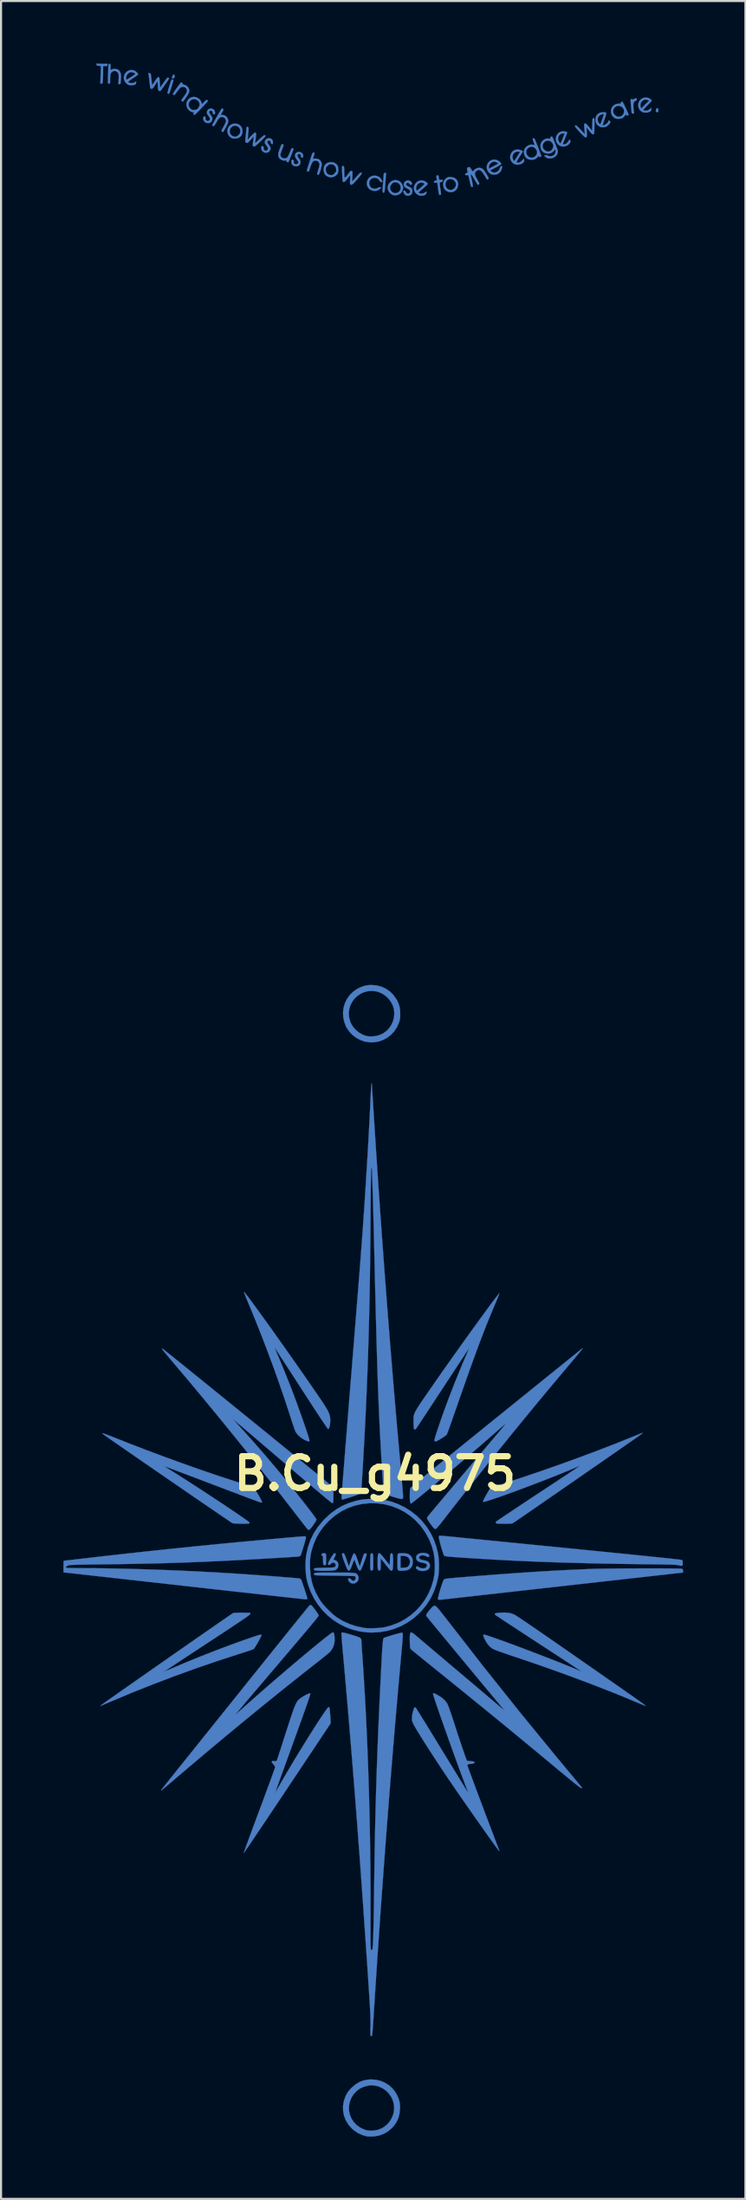
<source format=kicad_pcb>
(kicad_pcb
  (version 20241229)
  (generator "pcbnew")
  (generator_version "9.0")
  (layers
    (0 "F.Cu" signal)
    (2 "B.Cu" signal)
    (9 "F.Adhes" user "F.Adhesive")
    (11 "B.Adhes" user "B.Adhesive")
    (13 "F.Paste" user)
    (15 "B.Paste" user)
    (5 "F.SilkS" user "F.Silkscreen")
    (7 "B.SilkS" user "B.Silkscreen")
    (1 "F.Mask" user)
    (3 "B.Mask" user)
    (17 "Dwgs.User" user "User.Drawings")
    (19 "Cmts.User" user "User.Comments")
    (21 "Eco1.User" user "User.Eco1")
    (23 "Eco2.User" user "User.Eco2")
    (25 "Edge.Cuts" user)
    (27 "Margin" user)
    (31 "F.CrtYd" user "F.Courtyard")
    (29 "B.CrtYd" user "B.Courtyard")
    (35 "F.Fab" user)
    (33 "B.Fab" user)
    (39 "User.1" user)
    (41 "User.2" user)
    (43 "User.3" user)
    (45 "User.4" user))
  (footprint "B.Cu_g4975"
    (layer "F.Cu")
    (at 14.991 67.84)
    (property "Reference" "B.Cu_g4975" (at 0 0 0) (layer "F.SilkS") (effects (font (size 1.524 1.524) (thickness 0.3))))
    (attr through_hole)
    (fp_poly (pts (xy 13.611 -65.676) (xy 13.627 -65.657) (xy 13.631 -65.611) (xy 13.631 -65.585) (xy 13.628 -65.524) (xy 13.613 -65.497) (xy 13.576 -65.496) (xy 13.539 -65.505) (xy 13.511 -65.525) (xy 13.513 -65.56) (xy 13.523 -65.615) (xy 13.525 -65.643) (xy 13.542 -65.673) (xy 13.578 -65.68) (xy 13.611 -65.676)) (stroke (width 0.01) (type solid)) (fill yes) (layer "B.Cu"))
    (fp_poly (pts (xy -9.681 -67.292) (xy -9.647 -67.284) (xy -9.634 -67.267) (xy -9.637 -67.228) (xy -9.642 -67.196) (xy -9.658 -67.143) (xy -9.684 -67.122) (xy -9.704 -67.12) (xy -9.746 -67.124) (xy -9.763 -67.132) (xy -9.765 -67.158) (xy -9.753 -67.207) (xy -9.748 -67.222) (xy -9.723 -67.275) (xy -9.694 -67.293) (xy -9.681 -67.292)) (stroke (width 0.01) (type solid)) (fill yes) (layer "B.Cu"))
    (fp_poly (pts (xy -9.749 -67.064) (xy -9.711 -67.051) (xy -9.698 -67.045) (xy -9.701 -67.023) (xy -9.715 -66.969) (xy -9.738 -66.887) (xy -9.768 -66.786) (xy -9.791 -66.709) (xy -9.831 -66.581) (xy -9.862 -66.49) (xy -9.886 -66.429) (xy -9.906 -66.394) (xy -9.923 -66.38) (xy -9.929 -66.379) (xy -9.969 -66.39) (xy -9.981 -66.401) (xy -9.98 -66.428) (xy -9.967 -66.488) (xy -9.945 -66.573) (xy -9.916 -66.677) (xy -9.894 -66.751) (xy -9.856 -66.873) (xy -9.827 -66.96) (xy -9.806 -67.017) (xy -9.789 -67.05) (xy -9.773 -67.065) (xy -9.757 -67.066) (xy -9.749 -67.064)) (stroke (width 0.01) (type solid)) (fill yes) (layer "B.Cu"))
    (fp_poly (pts (xy 0.522 -62.394) (xy 0.506 -62.188) (xy 0.493 -62.021) (xy 0.482 -61.889) (xy 0.472 -61.788) (xy 0.462 -61.714) (xy 0.452 -61.664) (xy 0.441 -61.634) (xy 0.429 -61.62) (xy 0.415 -61.619) (xy 0.397 -61.627) (xy 0.383 -61.635) (xy 0.374 -61.647) (xy 0.368 -61.672) (xy 0.366 -61.714) (xy 0.367 -61.78) (xy 0.373 -61.874) (xy 0.382 -62.002) (xy 0.389 -62.085) (xy 0.399 -62.217) (xy 0.409 -62.335) (xy 0.416 -62.432) (xy 0.421 -62.503) (xy 0.424 -62.539) (xy 0.424 -62.542) (xy 0.442 -62.562) (xy 0.479 -62.569) (xy 0.535 -62.569) (xy 0.522 -62.394)) (stroke (width 0.01) (type solid)) (fill yes) (layer "B.Cu"))
    (fp_poly (pts (xy -2.409 3.836) (xy -2.37 3.854) (xy -2.362 3.865) (xy -2.357 3.898) (xy -2.353 3.965) (xy -2.35 4.053) (xy -2.349 4.139) (xy -2.35 4.245) (xy -2.353 4.317) (xy -2.36 4.361) (xy -2.371 4.387) (xy -2.387 4.4) (xy -2.441 4.408) (xy -2.461 4.4) (xy -2.478 4.384) (xy -2.489 4.354) (xy -2.495 4.302) (xy -2.497 4.22) (xy -2.498 4.169) (xy -2.499 4.071) (xy -2.502 4.008) (xy -2.51 3.973) (xy -2.523 3.959) (xy -2.53 3.958) (xy -2.565 3.942) (xy -2.577 3.904) (xy -2.561 3.863) (xy -2.522 3.84) (xy -2.466 3.831) (xy -2.409 3.836)) (stroke (width 0.01) (type solid)) (fill yes) (layer "B.Cu"))
    (fp_poly (pts (xy -13.351 -67.831) (xy -13.31 -67.826) (xy -13.238 -67.822) (xy -13.148 -67.819) (xy -13.086 -67.818) (xy -12.869 -67.818) (xy -12.869 -67.765) (xy -12.873 -67.734) (xy -12.89 -67.718) (xy -12.933 -67.713) (xy -12.975 -67.712) (xy -13.081 -67.712) (xy -13.081 -67.432) (xy -13.082 -67.311) (xy -13.085 -67.191) (xy -13.09 -67.085) (xy -13.095 -67.008) (xy -13.103 -66.933) (xy -13.113 -66.89) (xy -13.128 -66.871) (xy -13.153 -66.866) (xy -13.161 -66.865) (xy -13.214 -66.865) (xy -13.198 -67.288) (xy -13.183 -67.71) (xy -13.291 -67.725) (xy -13.355 -67.735) (xy -13.387 -67.749) (xy -13.398 -67.774) (xy -13.399 -67.791) (xy -13.392 -67.829) (xy -13.366 -67.835) (xy -13.351 -67.831)) (stroke (width 0.01) (type solid)) (fill yes) (layer "B.Cu"))
    (fp_poly (pts (xy -0.118 3.851) (xy -0.106 3.867) (xy -0.097 3.895) (xy -0.091 3.942) (xy -0.087 4.014) (xy -0.085 4.115) (xy -0.085 4.253) (xy -0.085 4.256) (xy -0.085 4.392) (xy -0.086 4.492) (xy -0.089 4.561) (xy -0.095 4.606) (xy -0.103 4.633) (xy -0.114 4.649) (xy -0.124 4.655) (xy -0.173 4.663) (xy -0.199 4.65) (xy -0.211 4.637) (xy -0.22 4.613) (xy -0.226 4.574) (xy -0.229 4.512) (xy -0.23 4.422) (xy -0.229 4.298) (xy -0.228 4.246) (xy -0.225 4.108) (xy -0.222 4.007) (xy -0.218 3.936) (xy -0.211 3.89) (xy -0.202 3.862) (xy -0.19 3.847) (xy -0.187 3.845) (xy -0.145 3.836) (xy -0.118 3.851)) (stroke (width 0.01) (type solid)) (fill yes) (layer "B.Cu"))
    (fp_poly (pts (xy 12.592 -66.145) (xy 12.594 -66.116) (xy 12.579 -66.065) (xy 12.542 -66.04) (xy 12.487 -66.01) (xy 12.452 -65.965) (xy 12.433 -65.897) (xy 12.43 -65.8) (xy 12.434 -65.717) (xy 12.442 -65.625) (xy 12.45 -65.544) (xy 12.458 -65.488) (xy 12.46 -65.474) (xy 12.462 -65.439) (xy 12.437 -65.427) (xy 12.416 -65.426) (xy 12.372 -65.435) (xy 12.352 -65.453) (xy 12.347 -65.485) (xy 12.34 -65.549) (xy 12.331 -65.636) (xy 12.322 -65.735) (xy 12.313 -65.837) (xy 12.305 -65.932) (xy 12.3 -66.01) (xy 12.298 -66.061) (xy 12.298 -66.066) (xy 12.305 -66.109) (xy 12.334 -66.124) (xy 12.351 -66.125) (xy 12.391 -66.116) (xy 12.404 -66.1) (xy 12.416 -66.092) (xy 12.441 -66.109) (xy 12.49 -66.14) (xy 12.536 -66.157) (xy 12.578 -66.163) (xy 12.592 -66.145)) (stroke (width 0.01) (type solid)) (fill yes) (layer "B.Cu"))
    (fp_poly (pts (xy 3.654 -62.374) (xy 3.783 -62.349) (xy 3.884 -62.293) (xy 3.955 -62.209) (xy 3.994 -62.099) (xy 4 -62.018) (xy 3.982 -61.897) (xy 3.932 -61.794) (xy 3.856 -61.714) (xy 3.76 -61.662) (xy 3.651 -61.642) (xy 3.535 -61.659) (xy 3.524 -61.663) (xy 3.413 -61.72) (xy 3.337 -61.8) (xy 3.293 -61.906) (xy 3.281 -62.021) (xy 3.387 -62.021) (xy 3.404 -61.918) (xy 3.45 -61.837) (xy 3.518 -61.78) (xy 3.599 -61.752) (xy 3.686 -61.754) (xy 3.772 -61.791) (xy 3.826 -61.837) (xy 3.88 -61.924) (xy 3.897 -62.018) (xy 3.879 -62.109) (xy 3.828 -62.189) (xy 3.745 -62.249) (xy 3.738 -62.252) (xy 3.638 -62.277) (xy 3.546 -62.264) (xy 3.468 -62.218) (xy 3.413 -62.144) (xy 3.388 -62.047) (xy 3.387 -62.021) (xy 3.281 -62.021) (xy 3.281 -62.024) (xy 3.298 -62.142) (xy 3.35 -62.241) (xy 3.441 -62.325) (xy 3.451 -62.332) (xy 3.501 -62.361) (xy 3.553 -62.374) (xy 3.623 -62.376) (xy 3.654 -62.374)) (stroke (width 0.01) (type solid)) (fill yes) (layer "B.Cu"))
    (fp_poly (pts (xy -6.607 -64.926) (xy -6.506 -64.872) (xy -6.431 -64.79) (xy -6.386 -64.683) (xy -6.373 -64.557) (xy -6.378 -64.511) (xy -6.411 -64.399) (xy -6.478 -64.312) (xy -6.574 -64.254) (xy -6.697 -64.226) (xy -6.715 -64.225) (xy -6.8 -64.224) (xy -6.86 -64.234) (xy -6.913 -64.258) (xy -6.919 -64.263) (xy -7.005 -64.329) (xy -7.06 -64.407) (xy -7.091 -64.498) (xy -7.095 -64.544) (xy -6.992 -64.544) (xy -6.962 -64.453) (xy -6.902 -64.377) (xy -6.818 -64.326) (xy -6.735 -64.306) (xy -6.7 -64.314) (xy -6.647 -64.336) (xy -6.63 -64.345) (xy -6.545 -64.408) (xy -6.494 -64.489) (xy -6.476 -64.58) (xy -6.491 -64.671) (xy -6.539 -64.754) (xy -6.62 -64.82) (xy -6.63 -64.825) (xy -6.714 -64.847) (xy -6.802 -64.834) (xy -6.884 -64.791) (xy -6.949 -64.722) (xy -6.985 -64.642) (xy -6.992 -64.544) (xy -7.095 -64.544) (xy -7.101 -64.617) (xy -7.073 -64.727) (xy -7.014 -64.821) (xy -6.928 -64.893) (xy -6.821 -64.936) (xy -6.729 -64.945) (xy -6.607 -64.926)) (stroke (width 0.01) (type solid)) (fill yes) (layer "B.Cu"))
    (fp_poly (pts (xy 0.097 -62.425) (xy 0.2 -62.374) (xy 0.241 -62.34) (xy 0.28 -62.294) (xy 0.317 -62.238) (xy 0.345 -62.184) (xy 0.356 -62.143) (xy 0.353 -62.131) (xy 0.323 -62.127) (xy 0.278 -62.141) (xy 0.238 -62.167) (xy 0.222 -62.189) (xy 0.198 -62.228) (xy 0.155 -62.274) (xy 0.145 -62.282) (xy 0.062 -62.328) (xy -0.03 -62.338) (xy -0.121 -62.317) (xy -0.2 -62.267) (xy -0.257 -62.192) (xy -0.275 -62.145) (xy -0.281 -62.052) (xy -0.256 -61.96) (xy -0.206 -61.883) (xy -0.151 -61.84) (xy -0.06 -61.811) (xy 0.034 -61.811) (xy 0.117 -61.838) (xy 0.135 -61.851) (xy 0.196 -61.883) (xy 0.247 -61.882) (xy 0.302 -61.868) (xy 0.251 -61.813) (xy 0.159 -61.743) (xy 0.049 -61.707) (xy -0.07 -61.708) (xy -0.182 -61.741) (xy -0.281 -61.805) (xy -0.348 -61.889) (xy -0.385 -61.985) (xy -0.394 -62.087) (xy -0.375 -62.187) (xy -0.331 -62.28) (xy -0.262 -62.357) (xy -0.172 -62.413) (xy -0.06 -62.44) (xy -0.023 -62.442) (xy 0.097 -62.425)) (stroke (width 0.01) (type solid)) (fill yes) (layer "B.Cu"))
    (fp_poly (pts (xy 1.126 -62.198) (xy 1.2 -62.154) (xy 1.269 -62.082) (xy 1.323 -61.989) (xy 1.351 -61.893) (xy 1.354 -61.86) (xy 1.341 -61.784) (xy 1.308 -61.699) (xy 1.265 -61.624) (xy 1.235 -61.591) (xy 1.139 -61.53) (xy 1.028 -61.498) (xy 0.915 -61.497) (xy 0.836 -61.519) (xy 0.756 -61.572) (xy 0.684 -61.647) (xy 0.636 -61.728) (xy 0.636 -61.729) (xy 0.612 -61.843) (xy 0.615 -61.868) (xy 0.721 -61.868) (xy 0.735 -61.775) (xy 0.788 -61.688) (xy 0.816 -61.66) (xy 0.905 -61.607) (xy 1 -61.596) (xy 1.099 -61.626) (xy 1.176 -61.686) (xy 1.223 -61.763) (xy 1.239 -61.849) (xy 1.228 -61.935) (xy 1.191 -62.014) (xy 1.13 -62.077) (xy 1.048 -62.116) (xy 0.981 -62.124) (xy 0.912 -62.118) (xy 0.861 -62.095) (xy 0.814 -62.053) (xy 0.748 -61.963) (xy 0.721 -61.868) (xy 0.615 -61.868) (xy 0.624 -61.951) (xy 0.667 -62.046) (xy 0.733 -62.126) (xy 0.819 -62.186) (xy 0.916 -62.221) (xy 1.021 -62.226) (xy 1.126 -62.198)) (stroke (width 0.01) (type solid)) (fill yes) (layer "B.Cu"))
    (fp_poly (pts (xy 3.033 -62.452) (xy 3.061 -62.414) (xy 3.069 -62.346) (xy 3.078 -62.276) (xy 3.106 -62.24) (xy 3.159 -62.233) (xy 3.183 -62.236) (xy 3.234 -62.242) (xy 3.255 -62.231) (xy 3.26 -62.2) (xy 3.26 -62.199) (xy 3.251 -62.163) (xy 3.217 -62.143) (xy 3.186 -62.136) (xy 3.151 -62.129) (xy 3.128 -62.116) (xy 3.116 -62.093) (xy 3.114 -62.051) (xy 3.12 -61.984) (xy 3.134 -61.885) (xy 3.143 -61.828) (xy 3.161 -61.706) (xy 3.172 -61.62) (xy 3.174 -61.563) (xy 3.167 -61.53) (xy 3.152 -61.514) (xy 3.128 -61.51) (xy 3.126 -61.51) (xy 3.106 -61.512) (xy 3.091 -61.522) (xy 3.079 -61.547) (xy 3.068 -61.593) (xy 3.057 -61.666) (xy 3.042 -61.773) (xy 3.037 -61.808) (xy 2.998 -62.105) (xy 2.922 -62.099) (xy 2.871 -62.099) (xy 2.847 -62.114) (xy 2.84 -62.137) (xy 2.844 -62.17) (xy 2.874 -62.188) (xy 2.909 -62.197) (xy 2.946 -62.205) (xy 2.968 -62.218) (xy 2.975 -62.245) (xy 2.97 -62.294) (xy 2.955 -62.374) (xy 2.951 -62.393) (xy 2.956 -62.434) (xy 2.987 -62.453) (xy 3.033 -62.452)) (stroke (width 0.01) (type solid)) (fill yes) (layer "B.Cu"))
    (fp_poly (pts (xy 0.256 3.863) (xy 0.323 3.93) (xy 0.409 4.032) (xy 0.48 4.122) (xy 0.709 4.412) (xy 0.72 4.14) (xy 0.725 4.023) (xy 0.731 3.943) (xy 0.74 3.89) (xy 0.751 3.86) (xy 0.766 3.845) (xy 0.807 3.836) (xy 0.834 3.851) (xy 0.848 3.883) (xy 0.859 3.949) (xy 0.866 4.04) (xy 0.871 4.147) (xy 0.872 4.262) (xy 0.87 4.376) (xy 0.864 4.48) (xy 0.856 4.566) (xy 0.845 4.624) (xy 0.835 4.645) (xy 0.814 4.664) (xy 0.795 4.675) (xy 0.775 4.673) (xy 0.748 4.655) (xy 0.71 4.618) (xy 0.658 4.558) (xy 0.588 4.471) (xy 0.501 4.363) (xy 0.275 4.081) (xy 0.275 4.357) (xy 0.275 4.471) (xy 0.272 4.55) (xy 0.268 4.601) (xy 0.259 4.631) (xy 0.246 4.648) (xy 0.234 4.656) (xy 0.192 4.665) (xy 0.16 4.645) (xy 0.148 4.625) (xy 0.138 4.592) (xy 0.132 4.54) (xy 0.129 4.461) (xy 0.127 4.35) (xy 0.127 4.262) (xy 0.129 4.096) (xy 0.135 3.971) (xy 0.148 3.886) (xy 0.171 3.84) (xy 0.206 3.833) (xy 0.256 3.863)) (stroke (width 0.01) (type solid)) (fill yes) (layer "B.Cu"))
    (fp_poly (pts (xy 13.136 -66.183) (xy 13.227 -66.139) (xy 13.277 -66.101) (xy 13.309 -66.067) (xy 13.314 -66.055) (xy 13.3 -66.031) (xy 13.26 -65.984) (xy 13.202 -65.92) (xy 13.129 -65.844) (xy 13.102 -65.818) (xy 13.013 -65.727) (xy 12.951 -65.656) (xy 12.916 -65.609) (xy 12.911 -65.587) (xy 12.943 -65.575) (xy 13 -65.568) (xy 13.027 -65.567) (xy 13.1 -65.574) (xy 13.162 -65.602) (xy 13.208 -65.635) (xy 13.293 -65.703) (xy 13.293 -65.629) (xy 13.288 -65.579) (xy 13.266 -65.546) (xy 13.216 -65.515) (xy 13.209 -65.511) (xy 13.103 -65.477) (xy 12.988 -65.471) (xy 12.881 -65.493) (xy 12.848 -65.508) (xy 12.756 -65.578) (xy 12.695 -65.672) (xy 12.664 -65.781) (xy 12.665 -65.802) (xy 12.769 -65.802) (xy 12.786 -65.731) (xy 12.808 -65.672) (xy 12.998 -65.861) (xy 13.188 -66.051) (xy 13.129 -66.076) (xy 13.033 -66.101) (xy 12.943 -66.085) (xy 12.895 -66.061) (xy 12.821 -65.992) (xy 12.777 -65.903) (xy 12.769 -65.802) (xy 12.665 -65.802) (xy 12.668 -65.896) (xy 12.706 -66.007) (xy 12.727 -66.042) (xy 12.808 -66.127) (xy 12.909 -66.18) (xy 13.022 -66.199) (xy 13.136 -66.183)) (stroke (width 0.01) (type solid)) (fill yes) (layer "B.Cu"))
    (fp_poly (pts (xy -7.81 -65.651) (xy -7.747 -65.606) (xy -7.706 -65.54) (xy -7.696 -65.48) (xy -7.701 -65.418) (xy -7.718 -65.39) (xy -7.754 -65.39) (xy -7.769 -65.395) (xy -7.803 -65.419) (xy -7.804 -65.448) (xy -7.807 -65.502) (xy -7.837 -65.545) (xy -7.882 -65.569) (xy -7.931 -65.565) (xy -7.954 -65.549) (xy -7.978 -65.501) (xy -7.963 -65.442) (xy -7.917 -65.377) (xy -7.852 -65.289) (xy -7.823 -65.21) (xy -7.828 -65.133) (xy -7.833 -65.117) (xy -7.879 -65.031) (xy -7.948 -64.98) (xy -8.035 -64.965) (xy -8.135 -64.988) (xy -8.145 -64.992) (xy -8.207 -65.04) (xy -8.251 -65.11) (xy -8.268 -65.189) (xy -8.264 -65.225) (xy -8.243 -65.277) (xy -8.211 -65.293) (xy -8.181 -65.286) (xy -8.156 -65.262) (xy -8.156 -65.215) (xy -8.157 -65.211) (xy -8.153 -65.148) (xy -8.121 -65.099) (xy -8.071 -65.072) (xy -8.015 -65.073) (xy -7.971 -65.1) (xy -7.942 -65.146) (xy -7.946 -65.202) (xy -7.982 -65.273) (xy -8.012 -65.314) (xy -8.053 -65.373) (xy -8.081 -65.423) (xy -8.088 -65.445) (xy -8.084 -65.528) (xy -8.053 -65.591) (xy -8.031 -65.616) (xy -7.963 -65.66) (xy -7.886 -65.671) (xy -7.81 -65.651)) (stroke (width 0.01) (type solid)) (fill yes) (layer "B.Cu"))
    (fp_poly (pts (xy -5.014 -64.223) (xy -4.955 -64.179) (xy -4.918 -64.111) (xy -4.911 -64.055) (xy -4.914 -63.999) (xy -4.922 -63.963) (xy -4.924 -63.959) (xy -4.953 -63.954) (xy -4.986 -63.977) (xy -5.012 -64.021) (xy -5.02 -64.056) (xy -5.029 -64.102) (xy -5.052 -64.121) (xy -5.101 -64.124) (xy -5.16 -64.112) (xy -5.183 -64.077) (xy -5.173 -64.022) (xy -5.127 -63.949) (xy -5.067 -63.867) (xy -5.033 -63.803) (xy -5.023 -63.75) (xy -5.027 -63.712) (xy -5.064 -63.63) (xy -5.127 -63.573) (xy -5.207 -63.544) (xy -5.294 -63.546) (xy -5.377 -63.582) (xy -5.393 -63.595) (xy -5.45 -63.667) (xy -5.473 -63.751) (xy -5.461 -63.829) (xy -5.441 -63.866) (xy -5.415 -63.868) (xy -5.396 -63.859) (xy -5.361 -63.82) (xy -5.356 -63.79) (xy -5.357 -63.728) (xy -5.343 -63.69) (xy -5.306 -63.659) (xy -5.302 -63.657) (xy -5.261 -63.634) (xy -5.228 -63.638) (xy -5.196 -63.657) (xy -5.153 -63.703) (xy -5.149 -63.762) (xy -5.183 -63.835) (xy -5.218 -63.881) (xy -5.277 -63.962) (xy -5.303 -64.028) (xy -5.3 -64.089) (xy -5.283 -64.132) (xy -5.229 -64.199) (xy -5.16 -64.235) (xy -5.085 -64.243) (xy -5.014 -64.223)) (stroke (width 0.01) (type solid)) (fill yes) (layer "B.Cu"))
    (fp_poly (pts (xy -3.586 -63.571) (xy -3.521 -63.532) (xy -3.473 -63.474) (xy -3.451 -63.403) (xy -3.462 -63.323) (xy -3.463 -63.323) (xy -3.48 -63.302) (xy -3.514 -63.309) (xy -3.526 -63.314) (xy -3.563 -63.342) (xy -3.565 -63.383) (xy -3.564 -63.384) (xy -3.57 -63.435) (xy -3.603 -63.471) (xy -3.651 -63.484) (xy -3.693 -63.471) (xy -3.731 -63.435) (xy -3.738 -63.394) (xy -3.712 -63.34) (xy -3.673 -63.289) (xy -3.606 -63.19) (xy -3.58 -63.101) (xy -3.593 -63.019) (xy -3.647 -62.941) (xy -3.651 -62.937) (xy -3.718 -62.898) (xy -3.804 -62.887) (xy -3.893 -62.906) (xy -3.921 -62.919) (xy -3.987 -62.974) (xy -4.018 -63.05) (xy -4.022 -63.095) (xy -4.017 -63.167) (xy -4 -63.203) (xy -3.967 -63.207) (xy -3.948 -63.2) (xy -3.914 -63.176) (xy -3.906 -63.137) (xy -3.909 -63.11) (xy -3.908 -63.049) (xy -3.876 -63.009) (xy -3.816 -62.983) (xy -3.768 -62.987) (xy -3.719 -63.017) (xy -3.687 -63.061) (xy -3.683 -63.083) (xy -3.695 -63.112) (xy -3.726 -63.164) (xy -3.768 -63.222) (xy -3.828 -63.319) (xy -3.852 -63.401) (xy -3.839 -63.473) (xy -3.8 -63.529) (xy -3.734 -63.575) (xy -3.659 -63.587) (xy -3.586 -63.571)) (stroke (width 0.01) (type solid)) (fill yes) (layer "B.Cu"))
    (fp_poly (pts (xy 1.387 3.833) (xy 1.476 3.841) (xy 1.55 3.854) (xy 1.582 3.864) (xy 1.692 3.929) (xy 1.768 4.02) (xy 1.81 4.137) (xy 1.82 4.247) (xy 1.804 4.385) (xy 1.754 4.498) (xy 1.672 4.584) (xy 1.639 4.606) (xy 1.583 4.634) (xy 1.521 4.653) (xy 1.442 4.665) (xy 1.349 4.672) (xy 1.253 4.676) (xy 1.189 4.676) (xy 1.149 4.669) (xy 1.123 4.654) (xy 1.116 4.647) (xy 1.102 4.629) (xy 1.093 4.601) (xy 1.086 4.556) (xy 1.082 4.489) (xy 1.08 4.392) (xy 1.08 4.26) (xy 1.079 4.247) (xy 1.081 4.095) (xy 1.084 3.982) (xy 1.086 3.958) (xy 1.228 3.958) (xy 1.228 4.534) (xy 1.385 4.526) (xy 1.473 4.52) (xy 1.532 4.508) (xy 1.573 4.487) (xy 1.596 4.468) (xy 1.656 4.385) (xy 1.685 4.287) (xy 1.681 4.185) (xy 1.645 4.092) (xy 1.608 4.045) (xy 1.545 3.998) (xy 1.465 3.97) (xy 1.358 3.959) (xy 1.32 3.958) (xy 1.228 3.958) (xy 1.086 3.958) (xy 1.091 3.906) (xy 1.1 3.865) (xy 1.105 3.857) (xy 1.141 3.842) (xy 1.208 3.834) (xy 1.294 3.831) (xy 1.387 3.833)) (stroke (width 0.01) (type solid)) (fill yes) (layer "B.Cu"))
    (fp_poly (pts (xy -2.043 -63.086) (xy -1.934 -63.048) (xy -1.844 -62.978) (xy -1.818 -62.947) (xy -1.79 -62.899) (xy -1.774 -62.846) (xy -1.768 -62.773) (xy -1.767 -62.727) (xy -1.77 -62.64) (xy -1.781 -62.58) (xy -1.803 -62.531) (xy -1.818 -62.508) (xy -1.89 -62.438) (xy -1.986 -62.386) (xy -2.089 -62.359) (xy -2.117 -62.358) (xy -2.184 -62.367) (xy -2.26 -62.39) (xy -2.278 -62.397) (xy -2.369 -62.453) (xy -2.428 -62.528) (xy -2.459 -62.627) (xy -2.466 -62.727) (xy -2.465 -62.739) (xy -2.371 -62.739) (xy -2.354 -62.628) (xy -2.305 -62.543) (xy -2.228 -62.488) (xy -2.125 -62.464) (xy -2.109 -62.464) (xy -2.052 -62.469) (xy -2.004 -62.492) (xy -1.949 -62.541) (xy -1.945 -62.545) (xy -1.895 -62.601) (xy -1.87 -62.648) (xy -1.863 -62.705) (xy -1.863 -62.715) (xy -1.88 -62.826) (xy -1.929 -62.911) (xy -2.006 -62.968) (xy -2.109 -62.991) (xy -2.129 -62.992) (xy -2.185 -62.985) (xy -2.235 -62.958) (xy -2.288 -62.91) (xy -2.339 -62.854) (xy -2.363 -62.806) (xy -2.371 -62.75) (xy -2.371 -62.739) (xy -2.465 -62.739) (xy -2.455 -62.851) (xy -2.418 -62.944) (xy -2.352 -63.014) (xy -2.278 -63.058) (xy -2.161 -63.09) (xy -2.043 -63.086)) (stroke (width 0.01) (type solid)) (fill yes) (layer "B.Cu"))
    (fp_poly (pts (xy 1.633 -62.207) (xy 1.707 -62.173) (xy 1.726 -62.157) (xy 1.765 -62.103) (xy 1.779 -62.052) (xy 1.768 -62.013) (xy 1.731 -61.997) (xy 1.73 -61.997) (xy 1.682 -62.016) (xy 1.661 -62.045) (xy 1.625 -62.086) (xy 1.575 -62.1) (xy 1.526 -62.087) (xy 1.503 -62.061) (xy 1.491 -62.019) (xy 1.509 -61.981) (xy 1.559 -61.943) (xy 1.643 -61.902) (xy 1.708 -61.867) (xy 1.758 -61.831) (xy 1.776 -61.81) (xy 1.798 -61.733) (xy 1.795 -61.645) (xy 1.769 -61.567) (xy 1.752 -61.542) (xy 1.688 -61.496) (xy 1.604 -61.475) (xy 1.52 -61.48) (xy 1.482 -61.494) (xy 1.442 -61.527) (xy 1.403 -61.579) (xy 1.374 -61.635) (xy 1.361 -61.683) (xy 1.365 -61.7) (xy 1.397 -61.723) (xy 1.438 -61.711) (xy 1.474 -61.67) (xy 1.483 -61.653) (xy 1.516 -61.602) (xy 1.562 -61.58) (xy 1.579 -61.578) (xy 1.645 -61.587) (xy 1.683 -61.626) (xy 1.69 -61.694) (xy 1.69 -61.694) (xy 1.679 -61.731) (xy 1.65 -61.763) (xy 1.594 -61.796) (xy 1.561 -61.813) (xy 1.464 -61.869) (xy 1.406 -61.926) (xy 1.382 -61.99) (xy 1.385 -62.049) (xy 1.418 -62.125) (xy 1.478 -62.179) (xy 1.553 -62.208) (xy 1.633 -62.207)) (stroke (width 0.01) (type solid)) (fill yes) (layer "B.Cu"))
    (fp_poly (pts (xy 6.924 -63.689) (xy 6.995 -63.672) (xy 7.057 -63.649) (xy 7.1 -63.624) (xy 7.112 -63.607) (xy 7.101 -63.584) (xy 7.071 -63.533) (xy 7.027 -63.46) (xy 6.972 -63.373) (xy 6.952 -63.341) (xy 6.886 -63.236) (xy 6.842 -63.16) (xy 6.819 -63.11) (xy 6.814 -63.082) (xy 6.82 -63.074) (xy 6.882 -63.058) (xy 6.956 -63.077) (xy 7.033 -63.126) (xy 7.084 -63.177) (xy 7.152 -63.256) (xy 7.172 -63.203) (xy 7.18 -63.143) (xy 7.154 -63.089) (xy 7.094 -63.037) (xy 6.998 -62.99) (xy 6.885 -62.967) (xy 6.793 -62.971) (xy 6.685 -63.009) (xy 6.599 -63.078) (xy 6.538 -63.17) (xy 6.506 -63.278) (xy 6.507 -63.341) (xy 6.615 -63.341) (xy 6.622 -63.282) (xy 6.641 -63.224) (xy 6.666 -63.176) (xy 6.691 -63.151) (xy 6.709 -63.154) (xy 6.726 -63.178) (xy 6.761 -63.231) (xy 6.807 -63.303) (xy 6.854 -63.378) (xy 6.983 -63.583) (xy 6.913 -63.596) (xy 6.816 -63.595) (xy 6.73 -63.558) (xy 6.663 -63.493) (xy 6.622 -63.406) (xy 6.615 -63.341) (xy 6.507 -63.341) (xy 6.507 -63.392) (xy 6.531 -63.473) (xy 6.594 -63.582) (xy 6.679 -63.653) (xy 6.786 -63.69) (xy 6.859 -63.695) (xy 6.924 -63.689)) (stroke (width 0.01) (type solid)) (fill yes) (layer "B.Cu"))
    (fp_poly (pts (xy -9.301 -66.919) (xy -9.27 -66.895) (xy -9.256 -66.862) (xy -9.258 -66.854) (xy -9.246 -66.833) (xy -9.196 -66.817) (xy -9.186 -66.815) (xy -9.088 -66.779) (xy -9.009 -66.713) (xy -8.956 -66.624) (xy -8.935 -66.522) (xy -8.941 -66.46) (xy -8.957 -66.421) (xy -8.991 -66.358) (xy -9.037 -66.282) (xy -9.09 -66.201) (xy -9.143 -66.124) (xy -9.191 -66.06) (xy -9.228 -66.016) (xy -9.245 -66.003) (xy -9.273 -66.011) (xy -9.288 -66.023) (xy -9.305 -66.043) (xy -9.309 -66.065) (xy -9.298 -66.095) (xy -9.269 -66.142) (xy -9.218 -66.213) (xy -9.196 -66.243) (xy -9.141 -66.32) (xy -9.095 -66.39) (xy -9.064 -66.443) (xy -9.058 -66.457) (xy -9.044 -66.54) (xy -9.065 -66.613) (xy -9.113 -66.67) (xy -9.178 -66.706) (xy -9.253 -66.716) (xy -9.33 -66.694) (xy -9.37 -66.666) (xy -9.41 -66.625) (xy -9.464 -66.561) (xy -9.521 -66.486) (xy -9.536 -66.466) (xy -9.594 -66.386) (xy -9.637 -66.338) (xy -9.668 -66.32) (xy -9.695 -66.326) (xy -9.714 -66.345) (xy -9.72 -66.363) (xy -9.711 -66.393) (xy -9.686 -66.439) (xy -9.641 -66.508) (xy -9.574 -66.602) (xy -9.546 -66.641) (xy -9.478 -66.734) (xy -9.418 -66.814) (xy -9.37 -66.876) (xy -9.34 -66.913) (xy -9.332 -66.92) (xy -9.301 -66.919)) (stroke (width 0.01) (type solid)) (fill yes) (layer "B.Cu"))
    (fp_poly (pts (xy -4.428 -63.947) (xy -4.409 -63.935) (xy -4.401 -63.919) (xy -4.403 -63.891) (xy -4.417 -63.844) (xy -4.445 -63.77) (xy -4.468 -63.71) (xy -4.502 -63.616) (xy -4.53 -63.53) (xy -4.547 -63.463) (xy -4.551 -63.434) (xy -4.532 -63.364) (xy -4.484 -63.31) (xy -4.416 -63.277) (xy -4.338 -63.268) (xy -4.262 -63.288) (xy -4.229 -63.308) (xy -4.194 -63.351) (xy -4.152 -63.429) (xy -4.105 -63.534) (xy -4.094 -63.562) (xy -4.056 -63.656) (xy -4.029 -63.717) (xy -4.008 -63.751) (xy -3.989 -63.763) (xy -3.969 -63.762) (xy -3.931 -63.748) (xy -3.918 -63.741) (xy -3.922 -63.72) (xy -3.939 -63.668) (xy -3.966 -63.592) (xy -4 -63.502) (xy -4.037 -63.404) (xy -4.075 -63.307) (xy -4.11 -63.219) (xy -4.139 -63.149) (xy -4.16 -63.103) (xy -4.168 -63.09) (xy -4.197 -63.089) (xy -4.219 -63.093) (xy -4.249 -63.115) (xy -4.249 -63.139) (xy -4.248 -63.162) (xy -4.269 -63.171) (xy -4.32 -63.167) (xy -4.328 -63.167) (xy -4.419 -63.17) (xy -4.504 -63.202) (xy -4.585 -63.257) (xy -4.634 -63.328) (xy -4.654 -63.419) (xy -4.643 -63.532) (xy -4.604 -63.672) (xy -4.579 -63.738) (xy -4.545 -63.823) (xy -4.515 -63.893) (xy -4.494 -63.939) (xy -4.486 -63.952) (xy -4.458 -63.957) (xy -4.428 -63.947)) (stroke (width 0.01) (type solid)) (fill yes) (layer "B.Cu"))
    (fp_poly (pts (xy 2.355 -62.191) (xy 2.413 -62.165) (xy 2.481 -62.116) (xy 2.526 -62.07) (xy 2.54 -62.036) (xy 2.525 -62.018) (xy 2.483 -61.977) (xy 2.42 -61.919) (xy 2.343 -61.85) (xy 2.309 -61.821) (xy 2.219 -61.743) (xy 2.158 -61.688) (xy 2.121 -61.651) (xy 2.105 -61.627) (xy 2.106 -61.612) (xy 2.121 -61.602) (xy 2.13 -61.598) (xy 2.228 -61.575) (xy 2.33 -61.592) (xy 2.398 -61.628) (xy 2.477 -61.681) (xy 2.477 -61.617) (xy 2.458 -61.558) (xy 2.407 -61.513) (xy 2.333 -61.483) (xy 2.245 -61.473) (xy 2.152 -61.483) (xy 2.083 -61.507) (xy 1.982 -61.575) (xy 1.913 -61.663) (xy 1.876 -61.766) (xy 1.873 -61.839) (xy 1.975 -61.839) (xy 1.979 -61.798) (xy 1.995 -61.747) (xy 2 -61.732) (xy 2.013 -61.724) (xy 2.045 -61.739) (xy 2.1 -61.779) (xy 2.18 -61.844) (xy 2.201 -61.863) (xy 2.275 -61.929) (xy 2.334 -61.986) (xy 2.373 -62.028) (xy 2.385 -62.049) (xy 2.362 -62.07) (xy 2.315 -62.092) (xy 2.306 -62.095) (xy 2.209 -62.106) (xy 2.116 -62.077) (xy 2.06 -62.036) (xy 2.02 -61.981) (xy 1.99 -61.91) (xy 1.975 -61.839) (xy 1.873 -61.839) (xy 1.871 -61.874) (xy 1.9 -61.982) (xy 1.962 -62.081) (xy 2.052 -62.161) (xy 2.143 -62.199) (xy 2.25 -62.209) (xy 2.355 -62.191)) (stroke (width 0.01) (type solid)) (fill yes) (layer "B.Cu"))
    (fp_poly (pts (xy 2.373 3.816) (xy 2.463 3.834) (xy 2.537 3.863) (xy 2.59 3.9) (xy 2.614 3.942) (xy 2.605 3.985) (xy 2.594 3.998) (xy 2.57 4.015) (xy 2.542 4.014) (xy 2.496 3.993) (xy 2.473 3.98) (xy 2.381 3.943) (xy 2.289 3.93) (xy 2.207 3.942) (xy 2.159 3.969) (xy 2.12 4.021) (xy 2.122 4.069) (xy 2.164 4.112) (xy 2.243 4.146) (xy 2.328 4.167) (xy 2.435 4.189) (xy 2.51 4.215) (xy 2.563 4.248) (xy 2.601 4.288) (xy 2.638 4.367) (xy 2.643 4.459) (xy 2.615 4.549) (xy 2.561 4.611) (xy 2.477 4.656) (xy 2.372 4.682) (xy 2.256 4.686) (xy 2.185 4.677) (xy 2.102 4.651) (xy 2.031 4.612) (xy 1.984 4.568) (xy 1.968 4.529) (xy 1.982 4.492) (xy 2.013 4.464) (xy 2.047 4.457) (xy 2.065 4.469) (xy 2.106 4.504) (xy 2.173 4.535) (xy 2.252 4.556) (xy 2.326 4.563) (xy 2.351 4.561) (xy 2.425 4.535) (xy 2.477 4.492) (xy 2.502 4.439) (xy 2.498 4.387) (xy 2.459 4.342) (xy 2.448 4.335) (xy 2.404 4.319) (xy 2.335 4.3) (xy 2.261 4.284) (xy 2.147 4.256) (xy 2.069 4.221) (xy 2.018 4.172) (xy 1.987 4.107) (xy 1.978 4.014) (xy 2.006 3.936) (xy 2.07 3.874) (xy 2.164 3.832) (xy 2.275 3.814) (xy 2.373 3.816)) (stroke (width 0.01) (type solid)) (fill yes) (layer "B.Cu"))
    (fp_poly (pts (xy 11.917 -65.978) (xy 11.949 -65.922) (xy 11.996 -65.83) (xy 12.056 -65.706) (xy 12.127 -65.55) (xy 12.16 -65.476) (xy 12.209 -65.367) (xy 12.157 -65.344) (xy 12.118 -65.332) (xy 12.097 -65.347) (xy 12.09 -65.364) (xy 12.078 -65.387) (xy 12.063 -65.384) (xy 12.037 -65.351) (xy 12.022 -65.327) (xy 11.971 -65.267) (xy 11.911 -65.218) (xy 11.896 -65.209) (xy 11.826 -65.187) (xy 11.738 -65.175) (xy 11.649 -65.175) (xy 11.58 -65.187) (xy 11.578 -65.187) (xy 11.488 -65.241) (xy 11.413 -65.322) (xy 11.386 -65.371) (xy 11.352 -65.49) (xy 11.354 -65.556) (xy 11.455 -65.556) (xy 11.461 -65.478) (xy 11.499 -65.403) (xy 11.574 -65.322) (xy 11.663 -65.278) (xy 11.76 -65.271) (xy 11.857 -65.305) (xy 11.869 -65.312) (xy 11.935 -65.376) (xy 11.974 -65.462) (xy 11.985 -65.556) (xy 11.964 -65.645) (xy 11.95 -65.671) (xy 11.88 -65.745) (xy 11.795 -65.788) (xy 11.704 -65.8) (xy 11.616 -65.781) (xy 11.539 -65.732) (xy 11.484 -65.654) (xy 11.481 -65.647) (xy 11.455 -65.556) (xy 11.354 -65.556) (xy 11.356 -65.606) (xy 11.393 -65.71) (xy 11.459 -65.798) (xy 11.551 -65.863) (xy 11.663 -65.897) (xy 11.72 -65.901) (xy 11.786 -65.903) (xy 11.819 -65.91) (xy 11.827 -65.927) (xy 11.825 -65.937) (xy 11.834 -65.974) (xy 11.874 -65.995) (xy 11.899 -65.998) (xy 11.917 -65.978)) (stroke (width 0.01) (type solid)) (fill yes) (layer "B.Cu"))
    (fp_poly (pts (xy -7.343 -65.667) (xy -7.315 -65.649) (xy -7.296 -65.631) (xy -7.291 -65.61) (xy -7.302 -65.577) (xy -7.333 -65.522) (xy -7.352 -65.49) (xy -7.428 -65.363) (xy -7.347 -65.363) (xy -7.248 -65.343) (xy -7.164 -65.291) (xy -7.1 -65.214) (xy -7.064 -65.121) (xy -7.061 -65.021) (xy -7.067 -64.992) (xy -7.082 -64.955) (xy -7.111 -64.894) (xy -7.149 -64.818) (xy -7.191 -64.738) (xy -7.234 -64.66) (xy -7.271 -64.595) (xy -7.298 -64.551) (xy -7.311 -64.537) (xy -7.329 -64.548) (xy -7.357 -64.568) (xy -7.379 -64.587) (xy -7.384 -64.608) (xy -7.371 -64.642) (xy -7.338 -64.7) (xy -7.296 -64.776) (xy -7.248 -64.868) (xy -7.216 -64.932) (xy -7.182 -65.003) (xy -7.167 -65.049) (xy -7.166 -65.085) (xy -7.178 -65.124) (xy -7.184 -65.139) (xy -7.232 -65.211) (xy -7.292 -65.248) (xy -7.367 -65.266) (xy -7.434 -65.252) (xy -7.499 -65.203) (xy -7.565 -65.118) (xy -7.605 -65.051) (xy -7.663 -64.95) (xy -7.705 -64.882) (xy -7.736 -64.842) (xy -7.761 -64.823) (xy -7.784 -64.821) (xy -7.797 -64.825) (xy -7.825 -64.853) (xy -7.825 -64.877) (xy -7.812 -64.906) (xy -7.782 -64.963) (xy -7.739 -65.042) (xy -7.687 -65.136) (xy -7.628 -65.239) (xy -7.568 -65.345) (xy -7.509 -65.446) (xy -7.456 -65.536) (xy -7.412 -65.61) (xy -7.381 -65.659) (xy -7.366 -65.679) (xy -7.366 -65.679) (xy -7.343 -65.667)) (stroke (width 0.01) (type solid)) (fill yes) (layer "B.Cu"))
    (fp_poly (pts (xy 5.833 -63.201) (xy 5.902 -63.174) (xy 5.971 -63.13) (xy 6.03 -63.08) (xy 6.067 -63.03) (xy 6.075 -63.003) (xy 6.057 -62.984) (xy 6.008 -62.949) (xy 5.935 -62.903) (xy 5.844 -62.852) (xy 5.807 -62.832) (xy 5.538 -62.689) (xy 5.596 -62.64) (xy 5.677 -62.596) (xy 5.768 -62.589) (xy 5.859 -62.617) (xy 5.915 -62.655) (xy 5.976 -62.727) (xy 6.003 -62.793) (xy 6.022 -62.844) (xy 6.054 -62.884) (xy 6.088 -62.905) (xy 6.11 -62.9) (xy 6.117 -62.869) (xy 6.109 -62.813) (xy 6.09 -62.746) (xy 6.065 -62.683) (xy 6.046 -62.649) (xy 5.962 -62.556) (xy 5.862 -62.502) (xy 5.749 -62.486) (xy 5.68 -62.489) (xy 5.626 -62.495) (xy 5.609 -62.499) (xy 5.521 -62.551) (xy 5.446 -62.63) (xy 5.418 -62.675) (xy 5.38 -62.79) (xy 5.38 -62.864) (xy 5.482 -62.864) (xy 5.482 -62.778) (xy 5.669 -62.875) (xy 5.753 -62.919) (xy 5.827 -62.96) (xy 5.879 -62.99) (xy 5.896 -63) (xy 5.918 -63.021) (xy 5.915 -63.038) (xy 5.881 -63.064) (xy 5.862 -63.075) (xy 5.769 -63.112) (xy 5.677 -63.107) (xy 5.59 -63.062) (xy 5.551 -63.025) (xy 5.504 -62.964) (xy 5.485 -62.904) (xy 5.482 -62.864) (xy 5.38 -62.864) (xy 5.379 -62.902) (xy 5.411 -63.005) (xy 5.471 -63.094) (xy 5.553 -63.162) (xy 5.654 -63.203) (xy 5.768 -63.212) (xy 5.833 -63.201)) (stroke (width 0.01) (type solid)) (fill yes) (layer "B.Cu"))
    (fp_poly (pts (xy -12.745 -67.815) (xy -12.73 -67.801) (xy -12.723 -67.767) (xy -12.721 -67.702) (xy -12.721 -67.671) (xy -12.721 -67.524) (xy -12.643 -67.557) (xy -12.541 -67.579) (xy -12.435 -67.569) (xy -12.348 -67.532) (xy -12.307 -67.492) (xy -12.266 -67.43) (xy -12.251 -67.401) (xy -12.232 -67.353) (xy -12.221 -67.306) (xy -12.217 -67.249) (xy -12.218 -67.171) (xy -12.224 -67.075) (xy -12.231 -66.974) (xy -12.237 -66.908) (xy -12.245 -66.869) (xy -12.258 -66.851) (xy -12.276 -66.845) (xy -12.293 -66.844) (xy -12.347 -66.844) (xy -12.334 -67.051) (xy -12.329 -67.174) (xy -12.33 -67.263) (xy -12.339 -67.327) (xy -12.358 -67.375) (xy -12.388 -67.416) (xy -12.398 -67.426) (xy -12.468 -67.47) (xy -12.545 -67.479) (xy -12.62 -67.456) (xy -12.683 -67.405) (xy -12.724 -67.329) (xy -12.729 -67.307) (xy -12.735 -67.256) (xy -12.74 -67.176) (xy -12.742 -67.084) (xy -12.742 -67.053) (xy -12.743 -66.964) (xy -12.746 -66.909) (xy -12.753 -66.879) (xy -12.768 -66.868) (xy -12.792 -66.866) (xy -12.795 -66.865) (xy -12.821 -66.867) (xy -12.837 -66.878) (xy -12.845 -66.907) (xy -12.848 -66.961) (xy -12.848 -67.04) (xy -12.847 -67.129) (xy -12.844 -67.246) (xy -12.84 -67.376) (xy -12.835 -67.505) (xy -12.834 -67.516) (xy -12.829 -67.635) (xy -12.823 -67.717) (xy -12.817 -67.77) (xy -12.809 -67.8) (xy -12.797 -67.814) (xy -12.781 -67.818) (xy -12.771 -67.818) (xy -12.745 -67.815)) (stroke (width 0.01) (type solid)) (fill yes) (layer "B.Cu"))
    (fp_poly (pts (xy 9.121 -64.567) (xy 9.185 -64.553) (xy 9.232 -64.536) (xy 9.25 -64.519) (xy 9.242 -64.494) (xy 9.222 -64.438) (xy 9.191 -64.358) (xy 9.153 -64.263) (xy 9.144 -64.241) (xy 9.105 -64.143) (xy 9.072 -64.059) (xy 9.049 -63.997) (xy 9.039 -63.964) (xy 9.038 -63.962) (xy 9.057 -63.95) (xy 9.1 -63.944) (xy 9.169 -63.963) (xy 9.238 -64.011) (xy 9.295 -64.078) (xy 9.313 -64.113) (xy 9.339 -64.163) (xy 9.362 -64.173) (xy 9.386 -64.142) (xy 9.393 -64.127) (xy 9.404 -64.082) (xy 9.389 -64.034) (xy 9.377 -64.014) (xy 9.301 -63.927) (xy 9.203 -63.869) (xy 9.091 -63.842) (xy 8.977 -63.848) (xy 8.88 -63.886) (xy 8.79 -63.959) (xy 8.731 -64.051) (xy 8.703 -64.154) (xy 8.704 -64.212) (xy 8.805 -64.212) (xy 8.822 -64.123) (xy 8.829 -64.107) (xy 8.865 -64.049) (xy 8.9 -64.011) (xy 8.927 -63.999) (xy 8.933 -64.002) (xy 8.946 -64.028) (xy 8.971 -64.084) (xy 9.003 -64.161) (xy 9.027 -64.22) (xy 9.061 -64.307) (xy 9.091 -64.381) (xy 9.111 -64.431) (xy 9.117 -64.447) (xy 9.109 -64.466) (xy 9.072 -64.474) (xy 9.018 -64.469) (xy 8.96 -64.454) (xy 8.932 -64.442) (xy 8.864 -64.385) (xy 8.821 -64.304) (xy 8.805 -64.212) (xy 8.704 -64.212) (xy 8.704 -64.26) (xy 8.733 -64.362) (xy 8.788 -64.452) (xy 8.868 -64.522) (xy 8.973 -64.566) (xy 9.001 -64.572) (xy 9.056 -64.574) (xy 9.121 -64.567)) (stroke (width 0.01) (type solid)) (fill yes) (layer "B.Cu"))
    (fp_poly (pts (xy 11.034 -65.488) (xy 11.084 -65.482) (xy 11.113 -65.464) (xy 11.122 -65.429) (xy 11.113 -65.372) (xy 11.087 -65.287) (xy 11.047 -65.168) (xy 11.044 -65.159) (xy 11.009 -65.055) (xy 10.98 -64.967) (xy 10.961 -64.9) (xy 10.953 -64.863) (xy 10.954 -64.858) (xy 10.978 -64.859) (xy 11.027 -64.874) (xy 11.063 -64.888) (xy 11.146 -64.938) (xy 11.208 -65.014) (xy 11.247 -65.097) (xy 11.263 -65.1) (xy 11.288 -65.078) (xy 11.312 -65.044) (xy 11.323 -65.01) (xy 11.323 -65.009) (xy 11.309 -64.974) (xy 11.272 -64.925) (xy 11.222 -64.871) (xy 11.17 -64.826) (xy 11.136 -64.804) (xy 11.019 -64.767) (xy 10.897 -64.768) (xy 10.882 -64.771) (xy 10.776 -64.816) (xy 10.681 -64.898) (xy 10.659 -64.926) (xy 10.628 -64.995) (xy 10.613 -65.087) (xy 10.614 -65.114) (xy 10.711 -65.114) (xy 10.737 -65.022) (xy 10.793 -64.942) (xy 10.813 -64.923) (xy 10.829 -64.916) (xy 10.845 -64.926) (xy 10.863 -64.958) (xy 10.888 -65.019) (xy 10.922 -65.113) (xy 10.926 -65.124) (xy 10.957 -65.218) (xy 10.983 -65.297) (xy 11 -65.354) (xy 11.006 -65.379) (xy 10.991 -65.401) (xy 10.952 -65.402) (xy 10.898 -65.387) (xy 10.839 -65.357) (xy 10.784 -65.318) (xy 10.756 -65.288) (xy 10.717 -65.207) (xy 10.711 -65.114) (xy 10.614 -65.114) (xy 10.615 -65.186) (xy 10.631 -65.276) (xy 10.659 -65.335) (xy 10.745 -65.424) (xy 10.846 -65.474) (xy 10.962 -65.489) (xy 11.034 -65.488)) (stroke (width 0.01) (type solid)) (fill yes) (layer "B.Cu"))
    (fp_poly (pts (xy -1.905 3.841) (xy -1.89 3.877) (xy -1.904 3.94) (xy -1.944 4.026) (xy -1.98 4.093) (xy -1.994 4.131) (xy -1.988 4.147) (xy -1.979 4.149) (xy -1.914 4.165) (xy -1.847 4.208) (xy -1.796 4.264) (xy -1.789 4.275) (xy -1.761 4.369) (xy -1.767 4.466) (xy -1.805 4.553) (xy -1.869 4.62) (xy -1.927 4.65) (xy -1.978 4.66) (xy -2.06 4.668) (xy -2.165 4.674) (xy -2.286 4.677) (xy -2.415 4.678) (xy -2.544 4.677) (xy -2.665 4.674) (xy -2.77 4.669) (xy -2.851 4.661) (xy -2.902 4.652) (xy -2.912 4.647) (xy -2.939 4.617) (xy -2.932 4.583) (xy -2.929 4.579) (xy -2.918 4.566) (xy -2.899 4.556) (xy -2.866 4.549) (xy -2.814 4.543) (xy -2.738 4.539) (xy -2.632 4.535) (xy -2.491 4.531) (xy -2.425 4.53) (xy -2.27 4.526) (xy -2.151 4.523) (xy -2.064 4.519) (xy -2.003 4.513) (xy -1.962 4.507) (xy -1.937 4.498) (xy -1.921 4.487) (xy -1.913 4.477) (xy -1.892 4.417) (xy -1.895 4.381) (xy -1.913 4.33) (xy -1.943 4.302) (xy -1.995 4.285) (xy -2.039 4.282) (xy -2.078 4.302) (xy -2.116 4.339) (xy -2.171 4.384) (xy -2.218 4.397) (xy -2.25 4.378) (xy -2.26 4.35) (xy -2.251 4.31) (xy -2.224 4.246) (xy -2.184 4.167) (xy -2.134 4.081) (xy -2.082 3.996) (xy -2.031 3.921) (xy -1.987 3.865) (xy -1.955 3.837) (xy -1.95 3.835) (xy -1.905 3.841)) (stroke (width 0.01) (type solid)) (fill yes) (layer "B.Cu"))
    (fp_poly (pts (xy -11.608 -67.506) (xy -11.571 -67.493) (xy -11.521 -67.463) (xy -11.469 -67.419) (xy -11.423 -67.37) (xy -11.396 -67.328) (xy -11.392 -67.307) (xy -11.411 -67.289) (xy -11.459 -67.253) (xy -11.529 -67.203) (xy -11.615 -67.144) (xy -11.648 -67.123) (xy -11.746 -67.056) (xy -11.814 -67.008) (xy -11.854 -66.974) (xy -11.872 -66.952) (xy -11.871 -66.936) (xy -11.865 -66.93) (xy -11.824 -66.911) (xy -11.762 -66.895) (xy -11.738 -66.892) (xy -11.659 -66.892) (xy -11.592 -66.915) (xy -11.569 -66.928) (xy -11.493 -66.975) (xy -11.493 -66.91) (xy -11.508 -66.849) (xy -11.538 -66.822) (xy -11.607 -66.8) (xy -11.696 -66.789) (xy -11.786 -66.791) (xy -11.857 -66.807) (xy -11.864 -66.81) (xy -11.922 -66.846) (xy -11.98 -66.895) (xy -11.984 -66.9) (xy -12.052 -66.998) (xy -12.082 -67.102) (xy -12.082 -67.131) (xy -11.977 -67.131) (xy -11.97 -67.08) (xy -11.953 -67.056) (xy -11.949 -67.056) (xy -11.928 -67.067) (xy -11.879 -67.096) (xy -11.81 -67.139) (xy -11.737 -67.185) (xy -11.657 -67.238) (xy -11.592 -67.284) (xy -11.549 -67.317) (xy -11.536 -67.332) (xy -11.555 -67.364) (xy -11.604 -67.392) (xy -11.669 -67.411) (xy -11.723 -67.416) (xy -11.79 -67.41) (xy -11.841 -67.385) (xy -11.886 -67.346) (xy -11.939 -67.275) (xy -11.97 -67.201) (xy -11.97 -67.198) (xy -11.977 -67.131) (xy -12.082 -67.131) (xy -12.081 -67.206) (xy -12.05 -67.304) (xy -11.995 -67.39) (xy -11.919 -67.46) (xy -11.826 -67.506) (xy -11.721 -67.523) (xy -11.608 -67.506)) (stroke (width 0.01) (type solid)) (fill yes) (layer "B.Cu"))
    (fp_poly (pts (xy -1.517 3.835) (xy -1.498 3.843) (xy -1.478 3.865) (xy -1.456 3.906) (xy -1.429 3.972) (xy -1.394 4.069) (xy -1.365 4.153) (xy -1.259 4.464) (xy -1.155 4.159) (xy -1.106 4.019) (xy -1.065 3.919) (xy -1.03 3.859) (xy -0.998 3.838) (xy -0.965 3.858) (xy -0.93 3.918) (xy -0.889 4.018) (xy -0.839 4.159) (xy -0.834 4.175) (xy -0.732 4.474) (xy -0.639 4.179) (xy -0.605 4.072) (xy -0.572 3.978) (xy -0.544 3.906) (xy -0.524 3.863) (xy -0.519 3.855) (xy -0.48 3.838) (xy -0.436 3.846) (xy -0.406 3.873) (xy -0.402 3.891) (xy -0.41 3.93) (xy -0.43 3.998) (xy -0.46 4.087) (xy -0.497 4.19) (xy -0.538 4.299) (xy -0.579 4.406) (xy -0.619 4.502) (xy -0.653 4.581) (xy -0.679 4.633) (xy -0.691 4.651) (xy -0.729 4.666) (xy -0.766 4.65) (xy -0.804 4.602) (xy -0.846 4.518) (xy -0.888 4.412) (xy -0.921 4.32) (xy -0.951 4.24) (xy -0.973 4.181) (xy -0.982 4.159) (xy -0.992 4.15) (xy -1.007 4.165) (xy -1.029 4.209) (xy -1.059 4.287) (xy -1.089 4.37) (xy -1.137 4.497) (xy -1.178 4.586) (xy -1.214 4.641) (xy -1.247 4.665) (xy -1.281 4.661) (xy -1.298 4.651) (xy -1.317 4.623) (xy -1.347 4.563) (xy -1.386 4.476) (xy -1.429 4.37) (xy -1.469 4.265) (xy -1.522 4.12) (xy -1.558 4.01) (xy -1.579 3.931) (xy -1.584 3.878) (xy -1.575 3.847) (xy -1.551 3.834) (xy -1.517 3.835)) (stroke (width 0.01) (type solid)) (fill yes) (layer "B.Cu"))
    (fp_poly (pts (xy -2.96 -63.552) (xy -2.956 -63.551) (xy -2.918 -63.538) (xy -2.905 -63.532) (xy -2.908 -63.511) (xy -2.921 -63.461) (xy -2.941 -63.392) (xy -2.942 -63.392) (xy -2.963 -63.323) (xy -2.978 -63.274) (xy -2.984 -63.254) (xy -2.984 -63.254) (xy -2.966 -63.254) (xy -2.918 -63.259) (xy -2.892 -63.262) (xy -2.781 -63.256) (xy -2.686 -63.215) (xy -2.614 -63.146) (xy -2.571 -63.053) (xy -2.561 -62.976) (xy -2.568 -62.917) (xy -2.585 -62.831) (xy -2.611 -62.734) (xy -2.626 -62.685) (xy -2.658 -62.59) (xy -2.683 -62.529) (xy -2.705 -62.496) (xy -2.726 -62.484) (xy -2.73 -62.484) (xy -2.769 -62.492) (xy -2.781 -62.502) (xy -2.78 -62.528) (xy -2.767 -62.585) (xy -2.746 -62.663) (xy -2.73 -62.718) (xy -2.696 -62.832) (xy -2.676 -62.915) (xy -2.669 -62.975) (xy -2.675 -63.021) (xy -2.692 -63.062) (xy -2.74 -63.125) (xy -2.808 -63.155) (xy -2.864 -63.161) (xy -2.925 -63.153) (xy -2.975 -63.126) (xy -3.019 -63.074) (xy -3.061 -62.991) (xy -3.105 -62.873) (xy -3.111 -62.853) (xy -3.141 -62.766) (xy -3.165 -62.695) (xy -3.181 -62.648) (xy -3.187 -62.636) (xy -3.209 -62.635) (xy -3.239 -62.643) (xy -3.255 -62.648) (xy -3.267 -62.655) (xy -3.273 -62.669) (xy -3.272 -62.694) (xy -3.263 -62.736) (xy -3.246 -62.799) (xy -3.219 -62.887) (xy -3.181 -63.007) (xy -3.131 -63.161) (xy -3.129 -63.167) (xy -3.085 -63.303) (xy -3.052 -63.404) (xy -3.026 -63.474) (xy -3.007 -63.519) (xy -2.99 -63.544) (xy -2.976 -63.553) (xy -2.96 -63.552)) (stroke (width 0.01) (type solid)) (fill yes) (layer "B.Cu"))
    (fp_poly (pts (xy -1.717 4.763) (xy -1.518 4.763) (xy -1.354 4.765) (xy -1.221 4.768) (xy -1.116 4.772) (xy -1.034 4.779) (xy -0.971 4.788) (xy -0.925 4.801) (xy -0.891 4.817) (xy -0.866 4.837) (xy -0.846 4.862) (xy -0.826 4.891) (xy -0.825 4.894) (xy -0.794 4.962) (xy -0.789 5.039) (xy -0.791 5.058) (xy -0.819 5.154) (xy -0.878 5.228) (xy -0.96 5.276) (xy -1.055 5.292) (xy -1.155 5.271) (xy -1.156 5.271) (xy -1.21 5.234) (xy -1.259 5.176) (xy -1.288 5.114) (xy -1.291 5.09) (xy -1.28 5.044) (xy -1.247 5.031) (xy -1.198 5.054) (xy -1.154 5.091) (xy -1.098 5.142) (xy -1.054 5.161) (xy -1.012 5.152) (xy -0.978 5.132) (xy -0.947 5.09) (xy -0.931 5.033) (xy -0.934 4.976) (xy -0.957 4.939) (xy -0.958 4.938) (xy -0.984 4.935) (xy -1.048 4.931) (xy -1.145 4.927) (xy -1.272 4.923) (xy -1.424 4.919) (xy -1.596 4.916) (xy -1.785 4.913) (xy -1.945 4.911) (xy -2.173 4.908) (xy -2.363 4.906) (xy -2.517 4.903) (xy -2.641 4.9) (xy -2.736 4.897) (xy -2.807 4.893) (xy -2.858 4.889) (xy -2.892 4.883) (xy -2.913 4.877) (xy -2.925 4.869) (xy -2.928 4.865) (xy -2.938 4.823) (xy -2.922 4.796) (xy -2.912 4.788) (xy -2.893 4.781) (xy -2.861 4.776) (xy -2.813 4.772) (xy -2.745 4.768) (xy -2.654 4.766) (xy -2.536 4.764) (xy -2.386 4.763) (xy -2.203 4.763) (xy -1.98 4.763) (xy -1.955 4.763) (xy -1.717 4.763)) (stroke (width 0.01) (type solid)) (fill yes) (layer "B.Cu"))
    (fp_poly (pts (xy 10.55 -65.196) (xy 10.555 -65.168) (xy 10.559 -65.116) (xy 10.559 -65.037) (xy 10.559 -64.924) (xy 10.557 -64.833) (xy 10.555 -64.696) (xy 10.553 -64.596) (xy 10.549 -64.526) (xy 10.543 -64.481) (xy 10.535 -64.454) (xy 10.524 -64.439) (xy 10.509 -64.431) (xy 10.506 -64.43) (xy 10.485 -64.427) (xy 10.46 -64.437) (xy 10.427 -64.463) (xy 10.382 -64.51) (xy 10.322 -64.581) (xy 10.242 -64.68) (xy 10.202 -64.73) (xy 10.188 -64.745) (xy 10.18 -64.741) (xy 10.177 -64.713) (xy 10.18 -64.656) (xy 10.187 -64.563) (xy 10.188 -64.546) (xy 10.196 -64.436) (xy 10.196 -64.362) (xy 10.188 -64.317) (xy 10.168 -64.293) (xy 10.136 -64.284) (xy 10.116 -64.283) (xy 10.092 -64.298) (xy 10.044 -64.34) (xy 9.979 -64.402) (xy 9.902 -64.481) (xy 9.836 -64.552) (xy 9.742 -64.656) (xy 9.676 -64.733) (xy 9.635 -64.787) (xy 9.619 -64.823) (xy 9.624 -64.844) (xy 9.648 -64.853) (xy 9.675 -64.854) (xy 9.701 -64.84) (xy 9.748 -64.799) (xy 9.811 -64.738) (xy 9.884 -64.662) (xy 9.904 -64.641) (xy 10.099 -64.428) (xy 10.087 -64.556) (xy 10.078 -64.655) (xy 10.068 -64.763) (xy 10.064 -64.812) (xy 10.06 -64.885) (xy 10.065 -64.929) (xy 10.073 -64.939) (xy 10.11 -64.946) (xy 10.121 -64.95) (xy 10.147 -64.939) (xy 10.193 -64.897) (xy 10.254 -64.831) (xy 10.298 -64.779) (xy 10.446 -64.597) (xy 10.452 -64.895) (xy 10.455 -65.002) (xy 10.46 -65.092) (xy 10.467 -65.157) (xy 10.474 -65.191) (xy 10.476 -65.193) (xy 10.511 -65.2) (xy 10.529 -65.206) (xy 10.541 -65.207) (xy 10.55 -65.196)) (stroke (width 0.01) (type solid)) (fill yes) (layer "B.Cu"))
    (fp_poly (pts (xy 7.654 -64.234) (xy 7.673 -64.212) (xy 7.697 -64.169) (xy 7.728 -64.101) (xy 7.768 -64.004) (xy 7.819 -63.872) (xy 7.84 -63.818) (xy 7.896 -63.67) (xy 7.938 -63.557) (xy 7.968 -63.475) (xy 7.986 -63.418) (xy 7.996 -63.382) (xy 7.996 -63.362) (xy 7.991 -63.353) (xy 7.982 -63.352) (xy 7.946 -63.345) (xy 7.929 -63.339) (xy 7.9 -63.341) (xy 7.895 -63.36) (xy 7.89 -63.389) (xy 7.871 -63.386) (xy 7.835 -63.351) (xy 7.817 -63.33) (xy 7.765 -63.278) (xy 7.709 -63.238) (xy 7.703 -63.235) (xy 7.628 -63.212) (xy 7.532 -63.205) (xy 7.434 -63.214) (xy 7.352 -63.238) (xy 7.348 -63.24) (xy 7.264 -63.303) (xy 7.203 -63.393) (xy 7.17 -63.498) (xy 7.166 -63.582) (xy 7.27 -63.582) (xy 7.284 -63.491) (xy 7.329 -63.408) (xy 7.407 -63.338) (xy 7.431 -63.325) (xy 7.524 -63.298) (xy 7.618 -63.313) (xy 7.684 -63.349) (xy 7.761 -63.428) (xy 7.798 -63.517) (xy 7.796 -63.611) (xy 7.752 -63.705) (xy 7.719 -63.746) (xy 7.635 -63.811) (xy 7.543 -63.834) (xy 7.445 -63.817) (xy 7.423 -63.807) (xy 7.34 -63.748) (xy 7.289 -63.67) (xy 7.27 -63.582) (xy 7.166 -63.582) (xy 7.165 -63.608) (xy 7.192 -63.713) (xy 7.218 -63.76) (xy 7.296 -63.844) (xy 7.393 -63.902) (xy 7.499 -63.932) (xy 7.602 -63.928) (xy 7.615 -63.925) (xy 7.661 -63.914) (xy 7.683 -63.914) (xy 7.684 -63.915) (xy 7.676 -63.938) (xy 7.657 -63.989) (xy 7.63 -64.055) (xy 7.598 -64.144) (xy 7.589 -64.201) (xy 7.601 -64.231) (xy 7.637 -64.241) (xy 7.638 -64.241) (xy 7.654 -64.234)) (stroke (width 0.01) (type solid)) (fill yes) (layer "B.Cu"))
    (fp_poly (pts (xy -10.844 -67.376) (xy -10.843 -67.376) (xy -10.819 -67.368) (xy -10.801 -67.354) (xy -10.789 -67.328) (xy -10.779 -67.281) (xy -10.769 -67.207) (xy -10.759 -67.107) (xy -10.748 -67.005) (xy -10.738 -66.915) (xy -10.731 -66.847) (xy -10.727 -66.813) (xy -10.716 -66.806) (xy -10.69 -66.833) (xy -10.646 -66.894) (xy -10.594 -66.977) (xy -10.527 -67.08) (xy -10.474 -67.147) (xy -10.433 -67.18) (xy -10.402 -67.181) (xy -10.381 -67.16) (xy -10.375 -67.131) (xy -10.367 -67.069) (xy -10.359 -66.984) (xy -10.354 -66.903) (xy -10.34 -66.668) (xy -10.175 -66.904) (xy -10.114 -66.991) (xy -10.06 -67.064) (xy -10.02 -67.118) (xy -9.998 -67.145) (xy -9.995 -67.147) (xy -9.965 -67.149) (xy -9.932 -67.143) (xy -9.916 -67.136) (xy -9.91 -67.124) (xy -9.915 -67.101) (xy -9.936 -67.063) (xy -9.973 -67.004) (xy -10.03 -66.921) (xy -10.101 -66.819) (xy -10.171 -66.719) (xy -10.233 -66.633) (xy -10.283 -66.566) (xy -10.317 -66.523) (xy -10.329 -66.509) (xy -10.356 -66.515) (xy -10.386 -66.52) (xy -10.406 -66.527) (xy -10.42 -66.544) (xy -10.43 -66.577) (xy -10.438 -66.636) (xy -10.444 -66.726) (xy -10.447 -66.761) (xy -10.462 -66.993) (xy -10.581 -66.802) (xy -10.635 -66.716) (xy -10.673 -66.662) (xy -10.701 -66.632) (xy -10.725 -66.62) (xy -10.75 -66.622) (xy -10.753 -66.623) (xy -10.793 -66.634) (xy -10.809 -66.64) (xy -10.812 -66.661) (xy -10.82 -66.717) (xy -10.829 -66.799) (xy -10.841 -66.902) (xy -10.846 -66.95) (xy -10.859 -67.065) (xy -10.872 -67.171) (xy -10.882 -67.257) (xy -10.89 -67.314) (xy -10.891 -67.324) (xy -10.896 -67.37) (xy -10.883 -67.383) (xy -10.844 -67.376)) (stroke (width 0.01) (type solid)) (fill yes) (layer "B.Cu"))
    (fp_poly (pts (xy -8.603 -66.213) (xy -8.508 -66.166) (xy -8.426 -66.098) (xy -8.367 -66.016) (xy -8.34 -65.928) (xy -8.34 -65.913) (xy -8.337 -65.89) (xy -8.325 -65.885) (xy -8.3 -65.904) (xy -8.254 -65.948) (xy -8.22 -65.983) (xy -8.16 -66.044) (xy -8.122 -66.077) (xy -8.097 -66.089) (xy -8.078 -66.082) (xy -8.062 -66.068) (xy -8.051 -66.054) (xy -8.047 -66.039) (xy -8.054 -66.017) (xy -8.075 -65.986) (xy -8.113 -65.94) (xy -8.172 -65.876) (xy -8.253 -65.789) (xy -8.35 -65.687) (xy -8.456 -65.576) (xy -8.538 -65.493) (xy -8.598 -65.433) (xy -8.642 -65.395) (xy -8.672 -65.374) (xy -8.693 -65.367) (xy -8.709 -65.37) (xy -8.714 -65.374) (xy -8.74 -65.403) (xy -8.73 -65.438) (xy -8.727 -65.444) (xy -8.715 -65.471) (xy -8.728 -65.486) (xy -8.774 -65.496) (xy -8.785 -65.498) (xy -8.879 -65.533) (xy -8.964 -65.6) (xy -9.03 -65.691) (xy -9.05 -65.733) (xy -9.074 -65.847) (xy -8.97 -65.847) (xy -8.952 -65.763) (xy -8.894 -65.681) (xy -8.88 -65.666) (xy -8.825 -65.619) (xy -8.771 -65.599) (xy -8.722 -65.596) (xy -8.647 -65.604) (xy -8.579 -65.624) (xy -8.57 -65.629) (xy -8.512 -65.678) (xy -8.466 -65.751) (xy -8.438 -65.832) (xy -8.437 -65.906) (xy -8.438 -65.907) (xy -8.479 -66.002) (xy -8.544 -66.071) (xy -8.624 -66.111) (xy -8.711 -66.124) (xy -8.797 -66.107) (xy -8.874 -66.061) (xy -8.933 -65.985) (xy -8.951 -65.943) (xy -8.97 -65.847) (xy -9.074 -65.847) (xy -9.075 -65.851) (xy -9.062 -65.963) (xy -9.016 -66.064) (xy -8.941 -66.147) (xy -8.844 -66.204) (xy -8.727 -66.23) (xy -8.704 -66.231) (xy -8.603 -66.213)) (stroke (width 0.01) (type solid)) (fill yes) (layer "B.Cu"))
    (fp_poly (pts (xy -6.101 -64.773) (xy -6.091 -64.759) (xy -6.085 -64.727) (xy -6.085 -64.672) (xy -6.091 -64.587) (xy -6.101 -64.467) (xy -6.101 -64.462) (xy -6.129 -64.167) (xy -5.961 -64.341) (xy -5.894 -64.411) (xy -5.837 -64.467) (xy -5.797 -64.504) (xy -5.781 -64.516) (xy -5.754 -64.505) (xy -5.738 -64.496) (xy -5.724 -64.482) (xy -5.718 -64.454) (xy -5.719 -64.406) (xy -5.726 -64.328) (xy -5.734 -64.269) (xy -5.746 -64.175) (xy -5.758 -64.094) (xy -5.768 -64.036) (xy -5.772 -64.019) (xy -5.763 -64.017) (xy -5.728 -64.042) (xy -5.672 -64.087) (xy -5.602 -64.151) (xy -5.568 -64.183) (xy -5.488 -64.257) (xy -5.418 -64.319) (xy -5.364 -64.364) (xy -5.331 -64.387) (xy -5.327 -64.389) (xy -5.289 -64.378) (xy -5.271 -64.367) (xy -5.264 -64.354) (xy -5.274 -64.331) (xy -5.304 -64.293) (xy -5.357 -64.237) (xy -5.436 -64.159) (xy -5.503 -64.094) (xy -5.592 -64.011) (xy -5.671 -63.939) (xy -5.737 -63.884) (xy -5.782 -63.849) (xy -5.8 -63.84) (xy -5.846 -63.85) (xy -5.861 -63.858) (xy -5.874 -63.872) (xy -5.88 -63.898) (xy -5.879 -63.944) (xy -5.871 -64.018) (xy -5.859 -64.106) (xy -5.828 -64.335) (xy -5.981 -64.167) (xy -6.05 -64.093) (xy -6.097 -64.046) (xy -6.129 -64.022) (xy -6.155 -64.014) (xy -6.179 -64.02) (xy -6.189 -64.024) (xy -6.229 -64.051) (xy -6.244 -64.076) (xy -6.241 -64.106) (xy -6.236 -64.17) (xy -6.227 -64.259) (xy -6.217 -64.365) (xy -6.212 -64.41) (xy -6.201 -64.522) (xy -6.192 -64.621) (xy -6.185 -64.699) (xy -6.182 -64.746) (xy -6.181 -64.754) (xy -6.166 -64.786) (xy -6.129 -64.787) (xy -6.101 -64.773)) (stroke (width 0.01) (type solid)) (fill yes) (layer "B.Cu"))
    (fp_poly (pts (xy 8.523 -64.319) (xy 8.538 -64.292) (xy 8.565 -64.234) (xy 8.599 -64.152) (xy 8.639 -64.056) (xy 8.68 -63.953) (xy 8.719 -63.852) (xy 8.754 -63.761) (xy 8.78 -63.688) (xy 8.794 -63.642) (xy 8.795 -63.636) (xy 8.791 -63.534) (xy 8.751 -63.44) (xy 8.681 -63.361) (xy 8.589 -63.303) (xy 8.481 -63.272) (xy 8.426 -63.269) (xy 8.36 -63.272) (xy 8.309 -63.279) (xy 8.297 -63.282) (xy 8.251 -63.306) (xy 8.201 -63.34) (xy 8.163 -63.374) (xy 8.149 -63.395) (xy 8.167 -63.418) (xy 8.209 -63.428) (xy 8.26 -63.424) (xy 8.301 -63.407) (xy 8.37 -63.38) (xy 8.458 -63.375) (xy 8.545 -63.393) (xy 8.575 -63.406) (xy 8.638 -63.46) (xy 8.678 -63.539) (xy 8.689 -63.625) (xy 8.686 -63.648) (xy 8.673 -63.714) (xy 8.61 -63.638) (xy 8.529 -63.559) (xy 8.439 -63.515) (xy 8.328 -63.5) (xy 8.312 -63.5) (xy 8.192 -63.518) (xy 8.09 -63.573) (xy 8.016 -63.652) (xy 7.983 -63.723) (xy 7.965 -63.817) (xy 7.964 -63.862) (xy 8.062 -63.862) (xy 8.082 -63.77) (xy 8.136 -63.689) (xy 8.223 -63.626) (xy 8.312 -63.597) (xy 8.394 -63.605) (xy 8.461 -63.639) (xy 8.529 -63.706) (xy 8.569 -63.792) (xy 8.578 -63.887) (xy 8.555 -63.976) (xy 8.542 -63.998) (xy 8.47 -64.077) (xy 8.383 -64.12) (xy 8.291 -64.127) (xy 8.201 -64.096) (xy 8.133 -64.041) (xy 8.079 -63.955) (xy 8.062 -63.862) (xy 7.964 -63.862) (xy 7.964 -63.916) (xy 7.979 -63.994) (xy 8.027 -64.082) (xy 8.104 -64.155) (xy 8.197 -64.206) (xy 8.297 -64.228) (xy 8.38 -64.22) (xy 8.426 -64.209) (xy 8.442 -64.216) (xy 8.438 -64.246) (xy 8.437 -64.25) (xy 8.436 -64.291) (xy 8.467 -64.31) (xy 8.471 -64.312) (xy 8.51 -64.319) (xy 8.523 -64.319)) (stroke (width 0.01) (type solid)) (fill yes) (layer "B.Cu"))
    (fp_poly (pts (xy -1.526 -62.897) (xy -1.507 -62.888) (xy -1.494 -62.871) (xy -1.487 -62.838) (xy -1.482 -62.782) (xy -1.481 -62.694) (xy -1.48 -62.636) (xy -1.479 -62.506) (xy -1.474 -62.415) (xy -1.465 -62.362) (xy -1.448 -62.344) (xy -1.42 -62.358) (xy -1.38 -62.401) (xy -1.324 -62.472) (xy -1.322 -62.476) (xy -1.267 -62.548) (xy -1.221 -62.609) (xy -1.191 -62.649) (xy -1.183 -62.66) (xy -1.155 -62.669) (xy -1.122 -62.664) (xy -1.101 -62.656) (xy -1.088 -62.642) (xy -1.081 -62.615) (xy -1.08 -62.567) (xy -1.083 -62.49) (xy -1.088 -62.408) (xy -1.093 -62.312) (xy -1.095 -62.235) (xy -1.096 -62.183) (xy -1.093 -62.166) (xy -1.077 -62.182) (xy -1.038 -62.223) (xy -0.982 -62.284) (xy -0.915 -62.36) (xy -0.9 -62.378) (xy -0.83 -62.457) (xy -0.768 -62.522) (xy -0.721 -62.568) (xy -0.694 -62.589) (xy -0.691 -62.59) (xy -0.653 -62.579) (xy -0.637 -62.57) (xy -0.632 -62.556) (xy -0.644 -62.527) (xy -0.676 -62.48) (xy -0.731 -62.411) (xy -0.811 -62.316) (xy -0.847 -62.274) (xy -0.94 -62.168) (xy -1.011 -62.091) (xy -1.065 -62.04) (xy -1.106 -62.011) (xy -1.139 -62.002) (xy -1.168 -62.008) (xy -1.183 -62.016) (xy -1.196 -62.033) (xy -1.202 -62.069) (xy -1.203 -62.13) (xy -1.198 -62.225) (xy -1.196 -62.249) (xy -1.191 -62.338) (xy -1.188 -62.409) (xy -1.189 -62.453) (xy -1.191 -62.463) (xy -1.207 -62.447) (xy -1.243 -62.405) (xy -1.293 -62.343) (xy -1.333 -62.292) (xy -1.406 -62.203) (xy -1.459 -62.15) (xy -1.492 -62.133) (xy -1.496 -62.133) (xy -1.534 -62.144) (xy -1.545 -62.145) (xy -1.551 -62.165) (xy -1.557 -62.219) (xy -1.564 -62.299) (xy -1.57 -62.397) (xy -1.576 -62.504) (xy -1.581 -62.613) (xy -1.585 -62.714) (xy -1.586 -62.801) (xy -1.585 -62.865) (xy -1.582 -62.898) (xy -1.581 -62.9) (xy -1.554 -62.903) (xy -1.526 -62.897)) (stroke (width 0.01) (type solid)) (fill yes) (layer "B.Cu"))
    (fp_poly (pts (xy 0.089 -23.482) (xy 0.314 -23.422) (xy 0.523 -23.325) (xy 0.714 -23.193) (xy 0.881 -23.029) (xy 1.022 -22.834) (xy 1.067 -22.755) (xy 1.137 -22.602) (xy 1.182 -22.452) (xy 1.207 -22.289) (xy 1.214 -22.109) (xy 1.212 -21.993) (xy 1.205 -21.904) (xy 1.191 -21.826) (xy 1.168 -21.742) (xy 1.153 -21.696) (xy 1.058 -21.479) (xy 0.932 -21.285) (xy 0.778 -21.117) (xy 0.602 -20.978) (xy 0.406 -20.868) (xy 0.195 -20.791) (xy -0.026 -20.75) (xy -0.253 -20.745) (xy -0.482 -20.781) (xy -0.503 -20.786) (xy -0.715 -20.862) (xy -0.915 -20.972) (xy -1.094 -21.112) (xy -1.248 -21.277) (xy -1.369 -21.46) (xy -1.393 -21.507) (xy -1.48 -21.733) (xy -1.528 -21.962) (xy -1.536 -22.156) (xy -1.261 -22.156) (xy -1.248 -21.961) (xy -1.198 -21.764) (xy -1.154 -21.657) (xy -1.055 -21.493) (xy -0.925 -21.345) (xy -0.772 -21.218) (xy -0.604 -21.12) (xy -0.427 -21.055) (xy -0.36 -21.041) (xy -0.211 -21.029) (xy -0.046 -21.038) (xy 0.118 -21.067) (xy 0.181 -21.084) (xy 0.366 -21.162) (xy 0.531 -21.274) (xy 0.67 -21.414) (xy 0.783 -21.577) (xy 0.866 -21.758) (xy 0.916 -21.952) (xy 0.931 -22.155) (xy 0.908 -22.356) (xy 0.848 -22.544) (xy 0.752 -22.719) (xy 0.625 -22.876) (xy 0.473 -23.01) (xy 0.302 -23.115) (xy 0.118 -23.185) (xy 0.068 -23.196) (xy -0.141 -23.221) (xy -0.341 -23.207) (xy -0.529 -23.158) (xy -0.701 -23.079) (xy -0.856 -22.973) (xy -0.99 -22.843) (xy -1.1 -22.692) (xy -1.184 -22.525) (xy -1.238 -22.346) (xy -1.261 -22.156) (xy -1.536 -22.156) (xy -1.537 -22.19) (xy -1.51 -22.413) (xy -1.447 -22.627) (xy -1.351 -22.827) (xy -1.222 -23.009) (xy -1.062 -23.17) (xy -0.873 -23.306) (xy -0.737 -23.377) (xy -0.58 -23.44) (xy -0.435 -23.48) (xy -0.283 -23.499) (xy -0.148 -23.503) (xy 0.089 -23.482)) (stroke (width 0.01) (type solid)) (fill yes) (layer "B.Cu"))
    (fp_poly (pts (xy 0.066 29.166) (xy 0.29 29.223) (xy 0.499 29.316) (xy 0.689 29.44) (xy 0.854 29.593) (xy 0.991 29.773) (xy 1.055 29.888) (xy 1.125 30.043) (xy 1.171 30.181) (xy 1.196 30.317) (xy 1.204 30.466) (xy 1.201 30.575) (xy 1.175 30.81) (xy 1.118 31.02) (xy 1.028 31.21) (xy 0.902 31.387) (xy 0.811 31.487) (xy 0.627 31.644) (xy 0.427 31.762) (xy 0.21 31.842) (xy -0.025 31.883) (xy -0.116 31.889) (xy -0.213 31.89) (xy -0.298 31.89) (xy -0.36 31.887) (xy -0.381 31.885) (xy -0.62 31.818) (xy -0.84 31.714) (xy -1.039 31.573) (xy -1.124 31.496) (xy -1.283 31.311) (xy -1.405 31.109) (xy -1.488 30.894) (xy -1.533 30.67) (xy -1.538 30.442) (xy -1.254 30.442) (xy -1.251 30.642) (xy -1.212 30.835) (xy -1.138 31.018) (xy -1.03 31.186) (xy -0.892 31.333) (xy -0.723 31.456) (xy -0.646 31.497) (xy -0.552 31.539) (xy -0.456 31.575) (xy -0.375 31.598) (xy -0.36 31.601) (xy -0.224 31.612) (xy -0.071 31.606) (xy 0.079 31.585) (xy 0.154 31.567) (xy 0.341 31.491) (xy 0.509 31.379) (xy 0.655 31.237) (xy 0.773 31.069) (xy 0.86 30.88) (xy 0.902 30.734) (xy 0.924 30.532) (xy 0.908 30.335) (xy 0.856 30.149) (xy 0.774 29.976) (xy 0.663 29.82) (xy 0.527 29.685) (xy 0.371 29.575) (xy 0.197 29.493) (xy 0.009 29.443) (xy -0.189 29.43) (xy -0.32 29.442) (xy -0.533 29.495) (xy -0.724 29.584) (xy -0.892 29.708) (xy -1.034 29.865) (xy -1.145 30.046) (xy -1.219 30.242) (xy -1.254 30.442) (xy -1.538 30.442) (xy -1.538 30.44) (xy -1.503 30.21) (xy -1.428 29.981) (xy -1.394 29.909) (xy -1.344 29.814) (xy -1.29 29.732) (xy -1.223 29.651) (xy -1.133 29.557) (xy -1.124 29.547) (xy -0.945 29.392) (xy -0.758 29.276) (xy -0.56 29.198) (xy -0.343 29.156) (xy -0.167 29.147) (xy 0.066 29.166)) (stroke (width 0.01) (type solid)) (fill yes) (layer "B.Cu"))
    (fp_poly (pts (xy 4.558 -62.85) (xy 4.589 -62.816) (xy 4.622 -62.761) (xy 4.663 -62.689) (xy 4.692 -62.652) (xy 4.715 -62.647) (xy 4.738 -62.668) (xy 4.75 -62.685) (xy 4.813 -62.748) (xy 4.9 -62.795) (xy 4.995 -62.817) (xy 5.045 -62.816) (xy 5.109 -62.802) (xy 5.165 -62.773) (xy 5.218 -62.726) (xy 5.275 -62.653) (xy 5.342 -62.549) (xy 5.363 -62.515) (xy 5.416 -62.425) (xy 5.449 -62.364) (xy 5.465 -62.325) (xy 5.467 -62.301) (xy 5.456 -62.285) (xy 5.449 -62.279) (xy 5.414 -62.257) (xy 5.399 -62.251) (xy 5.384 -62.268) (xy 5.353 -62.315) (xy 5.313 -62.382) (xy 5.284 -62.431) (xy 5.2 -62.563) (xy 5.123 -62.654) (xy 5.051 -62.706) (xy 4.981 -62.718) (xy 4.913 -62.693) (xy 4.867 -62.655) (xy 4.826 -62.605) (xy 4.807 -62.551) (xy 4.811 -62.488) (xy 4.838 -62.409) (xy 4.89 -62.305) (xy 4.921 -62.251) (xy 4.971 -62.162) (xy 5.002 -62.102) (xy 5.016 -62.064) (xy 5.015 -62.041) (xy 5.003 -62.025) (xy 5.001 -62.024) (xy 4.965 -62.002) (xy 4.95 -61.997) (xy 4.935 -62.015) (xy 4.903 -62.062) (xy 4.859 -62.134) (xy 4.807 -62.222) (xy 4.79 -62.251) (xy 4.736 -62.343) (xy 4.687 -62.421) (xy 4.647 -62.476) (xy 4.622 -62.503) (xy 4.618 -62.505) (xy 4.599 -62.489) (xy 4.602 -62.468) (xy 4.619 -62.402) (xy 4.64 -62.316) (xy 4.66 -62.219) (xy 4.68 -62.123) (xy 4.696 -62.034) (xy 4.707 -61.964) (xy 4.711 -61.921) (xy 4.71 -61.913) (xy 4.679 -61.894) (xy 4.659 -61.891) (xy 4.642 -61.899) (xy 4.625 -61.924) (xy 4.607 -61.974) (xy 4.586 -62.055) (xy 4.564 -62.151) (xy 4.541 -62.252) (xy 4.521 -62.341) (xy 4.505 -62.407) (xy 4.497 -62.442) (xy 4.496 -62.443) (xy 4.476 -62.465) (xy 4.427 -62.468) (xy 4.413 -62.467) (xy 4.363 -62.465) (xy 4.343 -62.478) (xy 4.339 -62.503) (xy 4.352 -62.54) (xy 4.396 -62.56) (xy 4.404 -62.562) (xy 4.449 -62.576) (xy 4.461 -62.6) (xy 4.457 -62.619) (xy 4.434 -62.718) (xy 4.429 -62.783) (xy 4.442 -62.818) (xy 4.459 -62.828) (xy 4.511 -62.845) (xy 4.531 -62.853) (xy 4.558 -62.85)) (stroke (width 0.01) (type solid)) (fill yes) (layer "B.Cu"))
    (fp_poly (pts (xy 3.195 2.993) (xy 3.286 2.999) (xy 3.394 3.008) (xy 3.454 3.014) (xy 3.504 3.019) (xy 3.593 3.028) (xy 3.722 3.04) (xy 3.886 3.057) (xy 4.085 3.077) (xy 4.317 3.1) (xy 4.58 3.126) (xy 4.871 3.155) (xy 5.189 3.186) (xy 5.533 3.22) (xy 5.9 3.256) (xy 6.288 3.295) (xy 6.695 3.335) (xy 7.12 3.377) (xy 7.56 3.421) (xy 8.015 3.466) (xy 8.481 3.512) (xy 8.957 3.559) (xy 9.239 3.587) (xy 9.807 3.644) (xy 10.35 3.698) (xy 10.867 3.749) (xy 11.356 3.798) (xy 11.816 3.844) (xy 12.247 3.888) (xy 12.648 3.929) (xy 13.017 3.966) (xy 13.353 4.001) (xy 13.656 4.032) (xy 13.925 4.06) (xy 14.157 4.085) (xy 14.353 4.106) (xy 14.511 4.124) (xy 14.631 4.138) (xy 14.711 4.148) (xy 14.75 4.154) (xy 14.753 4.155) (xy 14.783 4.175) (xy 14.799 4.203) (xy 14.805 4.253) (xy 14.806 4.308) (xy 14.804 4.379) (xy 14.791 4.421) (xy 14.762 4.438) (xy 14.708 4.434) (xy 14.622 4.414) (xy 14.605 4.409) (xy 14.576 4.403) (xy 14.536 4.397) (xy 14.483 4.392) (xy 14.412 4.387) (xy 14.322 4.383) (xy 14.21 4.38) (xy 14.072 4.376) (xy 13.906 4.373) (xy 13.709 4.369) (xy 13.477 4.366) (xy 13.21 4.363) (xy 12.922 4.36) (xy 12.02 4.348) (xy 11.137 4.333) (xy 10.275 4.314) (xy 9.438 4.292) (xy 8.628 4.267) (xy 7.849 4.239) (xy 7.103 4.208) (xy 6.393 4.174) (xy 5.721 4.138) (xy 5.556 4.128) (xy 5.203 4.107) (xy 4.89 4.087) (xy 4.614 4.07) (xy 4.373 4.055) (xy 4.165 4.042) (xy 3.987 4.03) (xy 3.837 4.019) (xy 3.711 4.009) (xy 3.609 4.001) (xy 3.527 3.993) (xy 3.462 3.985) (xy 3.414 3.978) (xy 3.378 3.971) (xy 3.353 3.963) (xy 3.336 3.956) (xy 3.325 3.948) (xy 3.324 3.946) (xy 3.308 3.915) (xy 3.284 3.851) (xy 3.254 3.76) (xy 3.221 3.652) (xy 3.186 3.534) (xy 3.152 3.413) (xy 3.121 3.297) (xy 3.096 3.195) (xy 3.078 3.112) (xy 3.07 3.058) (xy 3.069 3.051) (xy 3.081 3.009) (xy 3.1 2.993) (xy 3.13 2.991) (xy 3.195 2.993)) (stroke (width 0.01) (type solid)) (fill yes) (layer "B.Cu"))
    (fp_poly (pts (xy 13.543 4.561) (xy 13.779 4.562) (xy 13.998 4.563) (xy 14.196 4.564) (xy 14.37 4.566) (xy 14.517 4.568) (xy 14.632 4.571) (xy 14.712 4.574) (xy 14.755 4.577) (xy 14.758 4.578) (xy 14.797 4.594) (xy 14.813 4.624) (xy 14.817 4.678) (xy 14.815 4.731) (xy 14.812 4.76) (xy 14.811 4.763) (xy 14.789 4.765) (xy 14.728 4.772) (xy 14.631 4.782) (xy 14.499 4.797) (xy 14.335 4.815) (xy 14.143 4.837) (xy 13.924 4.862) (xy 13.681 4.889) (xy 13.418 4.918) (xy 13.135 4.95) (xy 12.837 4.984) (xy 12.525 5.019) (xy 12.35 5.038) (xy 12.084 5.068) (xy 11.795 5.101) (xy 11.483 5.136) (xy 11.151 5.173) (xy 10.803 5.212) (xy 10.439 5.253) (xy 10.062 5.295) (xy 9.675 5.338) (xy 9.28 5.383) (xy 8.878 5.428) (xy 8.474 5.473) (xy 8.068 5.519) (xy 7.663 5.564) (xy 7.261 5.609) (xy 6.865 5.653) (xy 6.477 5.697) (xy 6.099 5.739) (xy 5.734 5.78) (xy 5.384 5.819) (xy 5.051 5.857) (xy 4.737 5.892) (xy 4.445 5.925) (xy 4.177 5.955) (xy 3.935 5.982) (xy 3.723 6.005) (xy 3.541 6.026) (xy 3.392 6.042) (xy 3.279 6.055) (xy 3.204 6.063) (xy 3.172 6.067) (xy 3.102 6.072) (xy 3.061 6.068) (xy 3.039 6.053) (xy 3.031 6.04) (xy 3.03 6.008) (xy 3.042 5.943) (xy 3.063 5.852) (xy 3.092 5.744) (xy 3.126 5.625) (xy 3.164 5.502) (xy 3.202 5.384) (xy 3.239 5.277) (xy 3.273 5.188) (xy 3.301 5.125) (xy 3.318 5.097) (xy 3.328 5.088) (xy 3.343 5.081) (xy 3.366 5.073) (xy 3.398 5.066) (xy 3.443 5.058) (xy 3.504 5.05) (xy 3.582 5.041) (xy 3.68 5.031) (xy 3.802 5.019) (xy 3.95 5.006) (xy 4.126 4.991) (xy 4.333 4.975) (xy 4.573 4.955) (xy 4.85 4.934) (xy 5.166 4.909) (xy 5.26 4.902) (xy 5.811 4.859) (xy 6.327 4.821) (xy 6.813 4.786) (xy 7.277 4.754) (xy 7.724 4.725) (xy 8.162 4.698) (xy 8.597 4.673) (xy 9.035 4.65) (xy 9.483 4.628) (xy 9.948 4.607) (xy 10.372 4.589) (xy 10.484 4.585) (xy 10.628 4.581) (xy 10.8 4.578) (xy 10.997 4.575) (xy 11.214 4.572) (xy 11.449 4.57) (xy 11.698 4.567) (xy 11.958 4.566) (xy 12.225 4.564) (xy 12.495 4.563) (xy 12.765 4.562) (xy 13.032 4.561) (xy 13.293 4.561) (xy 13.543 4.561)) (stroke (width 0.01) (type solid)) (fill yes) (layer "B.Cu"))
    (fp_poly (pts (xy -6.284 -8.722) (xy -6.245 -8.677) (xy -6.185 -8.601) (xy -6.104 -8.497) (xy -6.005 -8.365) (xy -5.89 -8.209) (xy -5.758 -8.03) (xy -5.613 -7.831) (xy -5.455 -7.613) (xy -5.286 -7.378) (xy -5.107 -7.129) (xy -4.919 -6.867) (xy -4.725 -6.594) (xy -4.526 -6.313) (xy -4.322 -6.025) (xy -4.115 -5.733) (xy -3.908 -5.438) (xy -3.701 -5.142) (xy -3.495 -4.848) (xy -3.293 -4.557) (xy -3.095 -4.272) (xy -2.904 -3.994) (xy -2.742 -3.759) (xy -2.608 -3.562) (xy -2.496 -3.395) (xy -2.405 -3.254) (xy -2.333 -3.135) (xy -2.276 -3.034) (xy -2.233 -2.947) (xy -2.202 -2.87) (xy -2.18 -2.799) (xy -2.165 -2.729) (xy -2.16 -2.699) (xy -2.152 -2.596) (xy -2.153 -2.488) (xy -2.163 -2.382) (xy -2.18 -2.287) (xy -2.202 -2.21) (xy -2.228 -2.159) (xy -2.257 -2.142) (xy -2.26 -2.142) (xy -2.275 -2.16) (xy -2.312 -2.212) (xy -2.369 -2.295) (xy -2.444 -2.406) (xy -2.537 -2.544) (xy -2.644 -2.706) (xy -2.765 -2.89) (xy -2.899 -3.093) (xy -3.043 -3.314) (xy -3.197 -3.55) (xy -3.358 -3.799) (xy -3.526 -4.058) (xy -3.553 -4.1) (xy -3.721 -4.36) (xy -3.883 -4.61) (xy -4.036 -4.848) (xy -4.181 -5.07) (xy -4.314 -5.275) (xy -4.435 -5.462) (xy -4.543 -5.626) (xy -4.634 -5.767) (xy -4.71 -5.881) (xy -4.767 -5.967) (xy -4.804 -6.022) (xy -4.82 -6.045) (xy -4.82 -6.045) (xy -4.815 -6.024) (xy -4.795 -5.972) (xy -4.764 -5.896) (xy -4.724 -5.803) (xy -4.713 -5.776) (xy -4.646 -5.621) (xy -4.568 -5.435) (xy -4.481 -5.226) (xy -4.389 -5.002) (xy -4.296 -4.774) (xy -4.206 -4.547) (xy -4.12 -4.332) (xy -4.044 -4.137) (xy -4.01 -4.051) (xy -3.931 -3.843) (xy -3.85 -3.625) (xy -3.767 -3.401) (xy -3.684 -3.174) (xy -3.603 -2.948) (xy -3.524 -2.727) (xy -3.45 -2.515) (xy -3.381 -2.316) (xy -3.319 -2.133) (xy -3.264 -1.971) (xy -3.219 -1.832) (xy -3.185 -1.721) (xy -3.163 -1.642) (xy -3.154 -1.598) (xy -3.154 -1.595) (xy -3.161 -1.562) (xy -3.185 -1.548) (xy -3.231 -1.555) (xy -3.303 -1.582) (xy -3.402 -1.629) (xy -3.547 -1.718) (xy -3.677 -1.826) (xy -3.78 -1.946) (xy -3.826 -2.023) (xy -3.843 -2.063) (xy -3.871 -2.139) (xy -3.907 -2.243) (xy -3.95 -2.371) (xy -3.999 -2.516) (xy -4.05 -2.674) (xy -4.075 -2.752) (xy -4.328 -3.527) (xy -4.603 -4.327) (xy -4.894 -5.142) (xy -5.199 -5.962) (xy -5.514 -6.778) (xy -5.835 -7.58) (xy -6.096 -8.209) (xy -6.153 -8.346) (xy -6.204 -8.471) (xy -6.246 -8.577) (xy -6.278 -8.66) (xy -6.296 -8.714) (xy -6.301 -8.735) (xy -6.284 -8.722)) (stroke (width 0.01) (type solid)) (fill yes) (layer "B.Cu"))
    (fp_poly (pts (xy 6.416 6.697) (xy 6.565 6.729) (xy 6.699 6.782) (xy 6.731 6.799) (xy 6.785 6.832) (xy 6.86 6.881) (xy 6.959 6.946) (xy 7.08 7.027) (xy 7.226 7.126) (xy 7.397 7.242) (xy 7.594 7.377) (xy 7.818 7.531) (xy 8.068 7.703) (xy 8.347 7.896) (xy 8.654 8.109) (xy 8.991 8.342) (xy 9.358 8.597) (xy 9.756 8.874) (xy 10.186 9.173) (xy 10.648 9.495) (xy 11.144 9.841) (xy 11.599 10.158) (xy 11.861 10.341) (xy 12.089 10.501) (xy 12.287 10.639) (xy 12.456 10.758) (xy 12.598 10.858) (xy 12.716 10.941) (xy 12.81 11.009) (xy 12.884 11.063) (xy 12.939 11.105) (xy 12.978 11.135) (xy 13.001 11.156) (xy 13.012 11.168) (xy 13.012 11.174) (xy 13.006 11.174) (xy 12.981 11.166) (xy 12.924 11.143) (xy 12.84 11.109) (xy 12.737 11.066) (xy 12.62 11.017) (xy 12.615 11.015) (xy 12.045 10.776) (xy 11.438 10.53) (xy 10.8 10.279) (xy 10.136 10.025) (xy 9.451 9.769) (xy 8.75 9.514) (xy 8.038 9.261) (xy 7.32 9.013) (xy 6.616 8.776) (xy 6.365 8.691) (xy 6.15 8.617) (xy 5.97 8.553) (xy 5.828 8.501) (xy 5.724 8.459) (xy 5.66 8.429) (xy 5.647 8.422) (xy 5.509 8.309) (xy 5.388 8.161) (xy 5.29 7.989) (xy 5.243 7.887) (xy 5.216 7.816) (xy 5.21 7.773) (xy 5.223 7.751) (xy 5.244 7.747) (xy 5.284 7.755) (xy 5.361 7.777) (xy 5.47 7.812) (xy 5.61 7.859) (xy 5.777 7.917) (xy 5.967 7.985) (xy 6.178 8.061) (xy 6.407 8.145) (xy 6.651 8.235) (xy 6.906 8.33) (xy 7.169 8.429) (xy 7.438 8.53) (xy 7.708 8.634) (xy 7.978 8.737) (xy 8.244 8.84) (xy 8.503 8.94) (xy 8.751 9.038) (xy 8.987 9.131) (xy 9.205 9.218) (xy 9.405 9.299) (xy 9.581 9.372) (xy 9.732 9.436) (xy 9.811 9.471) (xy 9.871 9.496) (xy 9.909 9.509) (xy 9.917 9.508) (xy 9.917 9.507) (xy 9.896 9.493) (xy 9.843 9.458) (xy 9.759 9.402) (xy 9.645 9.327) (xy 9.506 9.236) (xy 9.342 9.128) (xy 9.156 9.006) (xy 8.95 8.872) (xy 8.727 8.726) (xy 8.488 8.57) (xy 8.236 8.405) (xy 7.973 8.234) (xy 7.842 8.148) (xy 7.575 7.974) (xy 7.318 7.806) (xy 7.073 7.646) (xy 6.842 7.495) (xy 6.628 7.354) (xy 6.432 7.226) (xy 6.258 7.111) (xy 6.107 7.011) (xy 5.981 6.927) (xy 5.883 6.862) (xy 5.815 6.816) (xy 5.779 6.791) (xy 5.774 6.786) (xy 5.761 6.759) (xy 5.767 6.738) (xy 5.797 6.722) (xy 5.857 6.71) (xy 5.95 6.699) (xy 6.049 6.691) (xy 6.247 6.685) (xy 6.416 6.697)) (stroke (width 0.01) (type solid)) (fill yes) (layer "B.Cu"))
    (fp_poly (pts (xy -6.381 6.693) (xy -6.001 6.699) (xy -6.001 6.749) (xy -6.005 6.759) (xy -6.017 6.775) (xy -6.04 6.796) (xy -6.076 6.825) (xy -6.126 6.862) (xy -6.191 6.909) (xy -6.275 6.968) (xy -6.378 7.038) (xy -6.503 7.122) (xy -6.65 7.221) (xy -6.823 7.336) (xy -7.022 7.468) (xy -7.25 7.618) (xy -7.509 7.788) (xy -7.799 7.979) (xy -8.068 8.156) (xy -8.336 8.332) (xy -8.593 8.501) (xy -8.838 8.662) (xy -9.068 8.813) (xy -9.282 8.954) (xy -9.476 9.083) (xy -9.65 9.197) (xy -9.801 9.297) (xy -9.926 9.38) (xy -10.023 9.445) (xy -10.091 9.49) (xy -10.126 9.514) (xy -10.131 9.518) (xy -10.111 9.512) (xy -10.058 9.49) (xy -9.975 9.456) (xy -9.87 9.412) (xy -9.745 9.359) (xy -9.609 9.301) (xy -9.138 9.102) (xy -8.647 8.9) (xy -8.144 8.699) (xy -7.639 8.502) (xy -7.138 8.313) (xy -6.652 8.134) (xy -6.188 7.969) (xy -5.874 7.861) (xy -5.735 7.815) (xy -5.63 7.781) (xy -5.556 7.761) (xy -5.507 7.752) (xy -5.478 7.753) (xy -5.464 7.764) (xy -5.461 7.781) (xy -5.471 7.81) (xy -5.499 7.869) (xy -5.54 7.951) (xy -5.593 8.048) (xy -5.633 8.12) (xy -5.712 8.258) (xy -5.776 8.358) (xy -5.825 8.423) (xy -5.86 8.454) (xy -5.86 8.454) (xy -5.894 8.467) (xy -5.963 8.491) (xy -6.061 8.524) (xy -6.183 8.564) (xy -6.324 8.61) (xy -6.478 8.659) (xy -6.54 8.678) (xy -7.563 9.01) (xy -8.604 9.367) (xy -9.65 9.746) (xy -10.691 10.142) (xy -11.715 10.55) (xy -12.709 10.967) (xy -12.753 10.986) (xy -12.901 11.049) (xy -13.014 11.098) (xy -13.096 11.133) (xy -13.153 11.156) (xy -13.187 11.169) (xy -13.203 11.173) (xy -13.205 11.17) (xy -13.198 11.162) (xy -13.187 11.15) (xy -13.164 11.133) (xy -13.108 11.092) (xy -13.023 11.031) (xy -12.908 10.95) (xy -12.768 10.851) (xy -12.604 10.735) (xy -12.418 10.604) (xy -12.212 10.459) (xy -11.988 10.302) (xy -11.749 10.134) (xy -11.496 9.957) (xy -11.232 9.773) (xy -10.959 9.582) (xy -10.893 9.536) (xy -10.181 9.536) (xy -10.171 9.546) (xy -10.16 9.536) (xy -10.171 9.525) (xy -10.181 9.536) (xy -10.893 9.536) (xy -10.679 9.386) (xy -10.393 9.187) (xy -10.105 8.985) (xy -9.816 8.784) (xy -9.529 8.583) (xy -9.245 8.385) (xy -8.966 8.191) (xy -8.695 8.003) (xy -8.435 7.822) (xy -8.186 7.649) (xy -7.951 7.486) (xy -7.732 7.334) (xy -7.532 7.195) (xy -7.352 7.071) (xy -7.195 6.962) (xy -7.062 6.871) (xy -6.956 6.798) (xy -6.879 6.746) (xy -6.833 6.716) (xy -6.82 6.708) (xy -6.78 6.702) (xy -6.706 6.697) (xy -6.606 6.694) (xy -6.488 6.693) (xy -6.381 6.693)) (stroke (width 0.01) (type solid)) (fill yes) (layer "B.Cu"))
    (fp_poly (pts (xy 12.874 -1.944) (xy 12.836 -1.913) (xy 12.791 -1.879) (xy 12.742 -1.844) (xy 12.661 -1.787) (xy 12.553 -1.711) (xy 12.417 -1.617) (xy 12.257 -1.505) (xy 12.075 -1.379) (xy 11.873 -1.238) (xy 11.654 -1.085) (xy 11.418 -0.922) (xy 11.169 -0.749) (xy 10.909 -0.568) (xy 10.639 -0.381) (xy 10.362 -0.19) (xy 10.081 0.005) (xy 9.797 0.202) (xy 9.512 0.4) (xy 9.229 0.595) (xy 8.95 0.789) (xy 8.676 0.978) (xy 8.411 1.161) (xy 8.156 1.337) (xy 7.914 1.505) (xy 7.686 1.662) (xy 7.475 1.808) (xy 7.283 1.94) (xy 7.112 2.058) (xy 6.965 2.159) (xy 6.842 2.243) (xy 6.748 2.308) (xy 6.683 2.352) (xy 6.65 2.373) (xy 6.647 2.375) (xy 6.614 2.39) (xy 6.572 2.4) (xy 6.515 2.407) (xy 6.435 2.411) (xy 6.327 2.413) (xy 6.211 2.413) (xy 6.07 2.412) (xy 5.967 2.41) (xy 5.895 2.405) (xy 5.85 2.398) (xy 5.826 2.387) (xy 5.823 2.384) (xy 5.808 2.344) (xy 5.81 2.326) (xy 5.829 2.31) (xy 5.881 2.274) (xy 5.964 2.216) (xy 6.075 2.14) (xy 6.213 2.047) (xy 6.376 1.938) (xy 6.56 1.815) (xy 6.764 1.679) (xy 6.985 1.532) (xy 7.222 1.375) (xy 7.472 1.209) (xy 7.733 1.037) (xy 7.842 0.965) (xy 8.107 0.791) (xy 8.361 0.623) (xy 8.603 0.464) (xy 8.83 0.313) (xy 9.04 0.174) (xy 9.232 0.048) (xy 9.403 -0.065) (xy 9.55 -0.163) (xy 9.671 -0.244) (xy 9.765 -0.306) (xy 9.829 -0.349) (xy 9.861 -0.371) (xy 9.864 -0.373) (xy 9.846 -0.368) (xy 9.798 -0.35) (xy 9.728 -0.321) (xy 9.689 -0.304) (xy 9.477 -0.214) (xy 9.247 -0.119) (xy 9.002 -0.019) (xy 8.744 0.085) (xy 8.476 0.191) (xy 8.201 0.299) (xy 7.923 0.406) (xy 7.643 0.514) (xy 7.366 0.619) (xy 7.092 0.721) (xy 6.826 0.82) (xy 6.571 0.914) (xy 6.329 1.002) (xy 6.102 1.082) (xy 5.895 1.155) (xy 5.709 1.218) (xy 5.548 1.271) (xy 5.414 1.313) (xy 5.31 1.342) (xy 5.239 1.359) (xy 5.205 1.36) (xy 5.203 1.359) (xy 5.2 1.337) (xy 5.216 1.29) (xy 5.251 1.215) (xy 5.307 1.11) (xy 5.344 1.044) (xy 5.402 0.941) (xy 5.456 0.849) (xy 5.5 0.775) (xy 5.531 0.727) (xy 5.541 0.714) (xy 5.57 0.697) (xy 5.634 0.67) (xy 5.728 0.634) (xy 5.846 0.593) (xy 5.982 0.547) (xy 6.073 0.517) (xy 6.991 0.218) (xy 7.921 -0.096) (xy 8.854 -0.423) (xy 9.783 -0.759) (xy 10.697 -1.101) (xy 11.588 -1.446) (xy 12.447 -1.79) (xy 12.541 -1.828) (xy 12.651 -1.873) (xy 12.747 -1.911) (xy 12.823 -1.939) (xy 12.871 -1.956) (xy 12.886 -1.959) (xy 12.874 -1.944)) (stroke (width 0.01) (type solid)) (fill yes) (layer "B.Cu"))
    (fp_poly (pts (xy -10.206 -5.998) (xy -10.156 -5.96) (xy -10.078 -5.897) (xy -9.971 -5.812) (xy -9.838 -5.706) (xy -9.682 -5.58) (xy -9.502 -5.435) (xy -9.302 -5.274) (xy -9.082 -5.096) (xy -8.845 -4.905) (xy -8.593 -4.7) (xy -8.326 -4.484) (xy -8.047 -4.258) (xy -7.757 -4.023) (xy -7.458 -3.781) (xy -7.152 -3.533) (xy -6.841 -3.28) (xy -6.525 -3.024) (xy -6.208 -2.766) (xy -5.89 -2.508) (xy -5.573 -2.251) (xy -5.259 -1.996) (xy -4.95 -1.744) (xy -4.648 -1.498) (xy -4.353 -1.258) (xy -4.069 -1.026) (xy -3.795 -0.804) (xy -3.535 -0.592) (xy -3.29 -0.392) (xy -3.062 -0.205) (xy -2.852 -0.034) (xy -2.662 0.122) (xy -2.493 0.26) (xy -2.348 0.379) (xy -2.229 0.478) (xy -2.136 0.555) (xy -2.071 0.609) (xy -2.037 0.638) (xy -2.032 0.643) (xy -2.02 0.669) (xy -2.011 0.712) (xy -2.005 0.776) (xy -2.002 0.869) (xy -2 0.997) (xy -2 1.041) (xy -2.001 1.159) (xy -2.004 1.262) (xy -2.008 1.344) (xy -2.013 1.395) (xy -2.017 1.41) (xy -2.046 1.415) (xy -2.085 1.406) (xy -2.107 1.39) (xy -2.159 1.348) (xy -2.24 1.282) (xy -2.347 1.193) (xy -2.479 1.083) (xy -2.633 0.954) (xy -2.808 0.806) (xy -3.002 0.642) (xy -3.213 0.464) (xy -3.44 0.272) (xy -3.679 0.068) (xy -3.93 -0.145) (xy -4.19 -0.367) (xy -4.343 -0.497) (xy -4.61 -0.725) (xy -4.87 -0.947) (xy -5.12 -1.161) (xy -5.36 -1.365) (xy -5.586 -1.559) (xy -5.798 -1.739) (xy -5.992 -1.905) (xy -6.167 -2.054) (xy -6.321 -2.186) (xy -6.452 -2.298) (xy -6.558 -2.388) (xy -6.636 -2.455) (xy -6.685 -2.497) (xy -6.699 -2.508) (xy -6.847 -2.635) (xy -6.646 -2.415) (xy -5.945 -1.638) (xy -5.275 -0.871) (xy -4.629 -0.108) (xy -4.001 0.659) (xy -3.533 1.249) (xy -3.36 1.47) (xy -3.213 1.659) (xy -3.091 1.819) (xy -2.993 1.95) (xy -2.917 2.053) (xy -2.863 2.131) (xy -2.829 2.185) (xy -2.816 2.215) (xy -2.815 2.219) (xy -2.827 2.25) (xy -2.859 2.307) (xy -2.907 2.383) (xy -2.966 2.47) (xy -2.976 2.483) (xy -3.049 2.584) (xy -3.105 2.652) (xy -3.148 2.692) (xy -3.183 2.707) (xy -3.215 2.702) (xy -3.23 2.693) (xy -3.247 2.673) (xy -3.288 2.624) (xy -3.348 2.548) (xy -3.424 2.451) (xy -3.514 2.335) (xy -3.615 2.205) (xy -3.715 2.074) (xy -4.422 1.16) (xy -5.152 0.229) (xy -5.897 -0.711) (xy -6.654 -1.653) (xy -7.414 -2.589) (xy -8.173 -3.511) (xy -8.924 -4.413) (xy -9.66 -5.285) (xy -9.743 -5.383) (xy -9.858 -5.518) (xy -9.963 -5.643) (xy -10.056 -5.754) (xy -10.134 -5.849) (xy -10.193 -5.922) (xy -10.231 -5.971) (xy -10.245 -5.991) (xy -10.245 -5.991) (xy -10.229 -6.011) (xy -10.224 -6.011) (xy -10.206 -5.998)) (stroke (width 0.01) (type solid)) (fill yes) (layer "B.Cu"))
    (fp_poly (pts (xy 2.898 6.364) (xy 2.921 6.373) (xy 2.95 6.398) (xy 3.004 6.456) (xy 3.079 6.545) (xy 3.175 6.663) (xy 3.291 6.809) (xy 3.425 6.98) (xy 3.519 7.101) (xy 5.214 9.279) (xy 6.948 11.452) (xy 8.723 13.621) (xy 9.153 14.139) (xy 9.297 14.311) (xy 9.433 14.474) (xy 9.558 14.625) (xy 9.67 14.761) (xy 9.767 14.878) (xy 9.847 14.974) (xy 9.906 15.046) (xy 9.942 15.09) (xy 9.953 15.105) (xy 9.951 15.13) (xy 9.932 15.139) (xy 9.91 15.13) (xy 9.862 15.097) (xy 9.787 15.041) (xy 9.683 14.96) (xy 9.551 14.855) (xy 9.389 14.724) (xy 9.198 14.567) (xy 8.976 14.383) (xy 8.722 14.173) (xy 8.689 14.145) (xy 7.966 13.544) (xy 7.259 12.959) (xy 6.562 12.384) (xy 5.867 11.814) (xy 5.167 11.242) (xy 4.456 10.663) (xy 3.725 10.072) (xy 2.969 9.461) (xy 2.847 9.363) (xy 2.66 9.212) (xy 2.482 9.068) (xy 2.316 8.933) (xy 2.165 8.81) (xy 2.031 8.701) (xy 1.918 8.608) (xy 1.828 8.534) (xy 1.764 8.481) (xy 1.73 8.451) (xy 1.725 8.446) (xy 1.708 8.422) (xy 1.695 8.39) (xy 1.687 8.342) (xy 1.681 8.27) (xy 1.677 8.168) (xy 1.675 8.113) (xy 1.673 7.954) (xy 1.674 7.832) (xy 1.681 7.744) (xy 1.693 7.686) (xy 1.712 7.653) (xy 1.737 7.641) (xy 1.741 7.641) (xy 1.78 7.654) (xy 1.837 7.688) (xy 1.893 7.731) (xy 1.918 7.752) (xy 1.973 7.798) (xy 2.056 7.868) (xy 2.164 7.959) (xy 2.294 8.07) (xy 2.446 8.198) (xy 2.615 8.341) (xy 2.801 8.498) (xy 2.999 8.666) (xy 3.209 8.843) (xy 3.428 9.028) (xy 3.653 9.219) (xy 3.883 9.413) (xy 4.114 9.608) (xy 4.344 9.803) (xy 4.572 9.995) (xy 4.794 10.183) (xy 5.008 10.364) (xy 5.212 10.537) (xy 5.404 10.7) (xy 5.582 10.85) (xy 5.742 10.985) (xy 5.882 11.104) (xy 6.001 11.205) (xy 6.096 11.285) (xy 6.164 11.342) (xy 6.202 11.374) (xy 6.255 11.419) (xy 6.21 11.367) (xy 6.148 11.293) (xy 6.065 11.194) (xy 5.961 11.071) (xy 5.841 10.926) (xy 5.704 10.762) (xy 5.553 10.581) (xy 5.39 10.385) (xy 5.217 10.176) (xy 5.036 9.958) (xy 4.848 9.731) (xy 4.655 9.499) (xy 4.46 9.263) (xy 4.263 9.026) (xy 4.068 8.79) (xy 3.876 8.558) (xy 3.688 8.331) (xy 3.507 8.112) (xy 3.334 7.903) (xy 3.172 7.706) (xy 3.021 7.524) (xy 2.885 7.359) (xy 2.765 7.213) (xy 2.663 7.089) (xy 2.581 6.988) (xy 2.52 6.913) (xy 2.482 6.867) (xy 2.47 6.851) (xy 2.464 6.818) (xy 2.473 6.781) (xy 2.499 6.731) (xy 2.548 6.664) (xy 2.619 6.575) (xy 2.701 6.479) (xy 2.765 6.413) (xy 2.815 6.374) (xy 2.857 6.359) (xy 2.898 6.364)) (stroke (width 0.01) (type solid)) (fill yes) (layer "B.Cu"))
    (fp_poly (pts (xy -13.083 -1.936) (xy -13.025 -1.917) (xy -12.938 -1.886) (xy -12.829 -1.844) (xy -12.703 -1.796) (xy -12.602 -1.756) (xy -11.794 -1.437) (xy -10.977 -1.123) (xy -10.157 -0.816) (xy -9.341 -0.519) (xy -8.537 -0.234) (xy -7.751 0.036) (xy -6.991 0.288) (xy -6.54 0.434) (xy -6.381 0.485) (xy -6.233 0.533) (xy -6.102 0.577) (xy -5.993 0.614) (xy -5.911 0.643) (xy -5.862 0.662) (xy -5.851 0.667) (xy -5.824 0.696) (xy -5.782 0.753) (xy -5.729 0.833) (xy -5.671 0.926) (xy -5.61 1.027) (xy -5.553 1.126) (xy -5.503 1.217) (xy -5.465 1.291) (xy -5.443 1.343) (xy -5.44 1.358) (xy -5.447 1.389) (xy -5.475 1.394) (xy -5.498 1.39) (xy -5.525 1.381) (xy -5.589 1.358) (xy -5.688 1.322) (xy -5.818 1.274) (xy -5.978 1.214) (xy -6.165 1.144) (xy -6.376 1.065) (xy -6.608 0.977) (xy -6.86 0.882) (xy -7.128 0.78) (xy -7.411 0.673) (xy -7.705 0.562) (xy -7.841 0.51) (xy -8.138 0.397) (xy -8.424 0.288) (xy -8.697 0.185) (xy -8.953 0.088) (xy -9.191 -0.002) (xy -9.407 -0.084) (xy -9.6 -0.156) (xy -9.767 -0.219) (xy -9.906 -0.271) (xy -10.014 -0.311) (xy -10.088 -0.339) (xy -10.126 -0.352) (xy -10.131 -0.354) (xy -10.117 -0.341) (xy -10.074 -0.312) (xy -10.011 -0.272) (xy -9.984 -0.255) (xy -9.797 -0.139) (xy -9.593 -0.011) (xy -9.376 0.127) (xy -9.147 0.272) (xy -8.91 0.425) (xy -8.667 0.582) (xy -8.42 0.742) (xy -8.173 0.903) (xy -7.927 1.065) (xy -7.685 1.224) (xy -7.45 1.379) (xy -7.224 1.529) (xy -7.01 1.672) (xy -6.81 1.807) (xy -6.628 1.93) (xy -6.465 2.042) (xy -6.324 2.14) (xy -6.208 2.222) (xy -6.119 2.286) (xy -6.06 2.332) (xy -6.034 2.357) (xy -6.032 2.36) (xy -6.05 2.39) (xy -6.066 2.4) (xy -6.107 2.407) (xy -6.181 2.411) (xy -6.279 2.413) (xy -6.392 2.413) (xy -6.51 2.411) (xy -6.625 2.407) (xy -6.726 2.401) (xy -6.806 2.394) (xy -6.855 2.385) (xy -6.858 2.384) (xy -6.88 2.37) (xy -6.936 2.334) (xy -7.021 2.277) (xy -7.135 2.2) (xy -7.275 2.105) (xy -7.44 1.993) (xy -7.626 1.866) (xy -7.832 1.725) (xy -8.055 1.572) (xy -8.294 1.409) (xy -8.546 1.236) (xy -8.809 1.056) (xy -9.081 0.869) (xy -9.359 0.677) (xy -9.643 0.483) (xy -9.929 0.286) (xy -10.215 0.089) (xy -10.499 -0.106) (xy -10.779 -0.299) (xy -10.882 -0.37) (xy -10.181 -0.37) (xy -10.171 -0.36) (xy -10.16 -0.37) (xy -10.171 -0.381) (xy -10.181 -0.37) (xy -10.882 -0.37) (xy -11.053 -0.488) (xy -11.319 -0.671) (xy -11.574 -0.848) (xy -11.816 -1.015) (xy -12.044 -1.172) (xy -12.254 -1.318) (xy -12.446 -1.451) (xy -12.616 -1.569) (xy -12.762 -1.671) (xy -12.884 -1.756) (xy -12.977 -1.822) (xy -13.04 -1.867) (xy -13.058 -1.88) (xy -13.098 -1.914) (xy -13.112 -1.937) (xy -13.109 -1.942) (xy -13.083 -1.936)) (stroke (width 0.01) (type solid)) (fill yes) (layer "B.Cu"))
    (fp_poly (pts (xy 5.979 -8.649) (xy 5.959 -8.594) (xy 5.926 -8.51) (xy 5.883 -8.404) (xy 5.832 -8.279) (xy 5.779 -8.157) (xy 5.666 -7.89) (xy 5.554 -7.621) (xy 5.442 -7.346) (xy 5.328 -7.063) (xy 5.213 -6.767) (xy 5.094 -6.458) (xy 4.971 -6.13) (xy 4.842 -5.781) (xy 4.706 -5.408) (xy 4.562 -5.008) (xy 4.409 -4.578) (xy 4.245 -4.114) (xy 4.07 -3.613) (xy 4.032 -3.503) (xy 3.93 -3.212) (xy 3.842 -2.958) (xy 3.765 -2.739) (xy 3.7 -2.552) (xy 3.644 -2.394) (xy 3.598 -2.263) (xy 3.56 -2.156) (xy 3.529 -2.071) (xy 3.504 -2.005) (xy 3.484 -1.955) (xy 3.469 -1.918) (xy 3.457 -1.892) (xy 3.448 -1.875) (xy 3.44 -1.863) (xy 3.435 -1.858) (xy 3.398 -1.826) (xy 3.336 -1.782) (xy 3.258 -1.73) (xy 3.171 -1.676) (xy 3.086 -1.625) (xy 3.01 -1.583) (xy 2.952 -1.555) (xy 2.922 -1.545) (xy 2.878 -1.562) (xy 2.861 -1.581) (xy 2.861 -1.613) (xy 2.876 -1.683) (xy 2.906 -1.789) (xy 2.949 -1.93) (xy 3.006 -2.104) (xy 3.075 -2.309) (xy 3.156 -2.544) (xy 3.249 -2.807) (xy 3.327 -3.026) (xy 3.437 -3.325) (xy 3.558 -3.648) (xy 3.688 -3.984) (xy 3.822 -4.328) (xy 3.959 -4.669) (xy 4.094 -5.001) (xy 4.224 -5.315) (xy 4.346 -5.602) (xy 4.427 -5.788) (xy 4.466 -5.878) (xy 4.497 -5.952) (xy 4.518 -6.004) (xy 4.524 -6.024) (xy 4.524 -6.024) (xy 4.512 -6.008) (xy 4.478 -5.958) (xy 4.424 -5.877) (xy 4.351 -5.768) (xy 4.262 -5.632) (xy 4.156 -5.473) (xy 4.036 -5.291) (xy 3.904 -5.09) (xy 3.761 -4.872) (xy 3.607 -4.639) (xy 3.446 -4.393) (xy 3.278 -4.136) (xy 3.261 -4.11) (xy 3.092 -3.852) (xy 2.928 -3.603) (xy 2.773 -3.366) (xy 2.626 -3.143) (xy 2.491 -2.937) (xy 2.368 -2.75) (xy 2.258 -2.584) (xy 2.164 -2.441) (xy 2.087 -2.325) (xy 2.028 -2.237) (xy 1.99 -2.179) (xy 1.972 -2.154) (xy 1.972 -2.154) (xy 1.929 -2.12) (xy 1.893 -2.128) (xy 1.869 -2.175) (xy 1.863 -2.218) (xy 1.858 -2.293) (xy 1.854 -2.39) (xy 1.853 -2.498) (xy 1.853 -2.508) (xy 1.853 -2.579) (xy 1.853 -2.641) (xy 1.856 -2.698) (xy 1.862 -2.753) (xy 1.873 -2.807) (xy 1.89 -2.865) (xy 1.916 -2.928) (xy 1.951 -3) (xy 1.998 -3.083) (xy 2.056 -3.18) (xy 2.13 -3.294) (xy 2.218 -3.427) (xy 2.324 -3.583) (xy 2.449 -3.764) (xy 2.593 -3.973) (xy 2.76 -4.213) (xy 2.855 -4.35) (xy 3.021 -4.589) (xy 3.196 -4.839) (xy 3.377 -5.097) (xy 3.564 -5.361) (xy 3.754 -5.629) (xy 3.946 -5.899) (xy 4.138 -6.169) (xy 4.329 -6.435) (xy 4.517 -6.697) (xy 4.701 -6.952) (xy 4.878 -7.197) (xy 5.048 -7.432) (xy 5.209 -7.652) (xy 5.359 -7.857) (xy 5.497 -8.044) (xy 5.621 -8.211) (xy 5.729 -8.355) (xy 5.821 -8.475) (xy 5.893 -8.569) (xy 5.946 -8.633) (xy 5.976 -8.667) (xy 5.984 -8.671) (xy 5.979 -8.649)) (stroke (width 0.01) (type solid)) (fill yes) (layer "B.Cu"))
    (fp_poly (pts (xy 9.992 -6.027) (xy 9.973 -5.997) (xy 9.932 -5.941) (xy 9.866 -5.859) (xy 9.775 -5.748) (xy 9.659 -5.609) (xy 9.516 -5.439) (xy 9.486 -5.404) (xy 8.92 -4.733) (xy 8.342 -4.042) (xy 7.756 -3.336) (xy 7.167 -2.62) (xy 6.578 -1.9) (xy 5.995 -1.181) (xy 5.421 -0.468) (xy 4.861 0.234) (xy 4.318 0.919) (xy 3.798 1.582) (xy 3.473 2) (xy 3.342 2.169) (xy 3.234 2.307) (xy 3.147 2.417) (xy 3.077 2.503) (xy 3.023 2.567) (xy 2.982 2.612) (xy 2.95 2.642) (xy 2.926 2.659) (xy 2.908 2.666) (xy 2.897 2.667) (xy 2.864 2.651) (xy 2.819 2.611) (xy 2.788 2.577) (xy 2.731 2.502) (xy 2.669 2.418) (xy 2.61 2.334) (xy 2.56 2.258) (xy 2.525 2.2) (xy 2.512 2.173) (xy 2.51 2.124) (xy 2.521 2.092) (xy 2.537 2.07) (xy 2.58 2.017) (xy 2.648 1.935) (xy 2.74 1.824) (xy 2.855 1.686) (xy 2.992 1.523) (xy 3.15 1.335) (xy 3.327 1.124) (xy 3.523 0.891) (xy 3.736 0.638) (xy 3.965 0.365) (xy 4.21 0.075) (xy 4.468 -0.232) (xy 4.74 -0.554) (xy 5.024 -0.889) (xy 5.318 -1.238) (xy 5.622 -1.597) (xy 5.934 -1.967) (xy 5.936 -1.968) (xy 6.034 -2.085) (xy 6.119 -2.189) (xy 6.189 -2.275) (xy 6.24 -2.34) (xy 6.271 -2.381) (xy 6.277 -2.395) (xy 6.273 -2.392) (xy 6.241 -2.365) (xy 6.181 -2.314) (xy 6.099 -2.243) (xy 5.999 -2.155) (xy 5.885 -2.055) (xy 5.762 -1.947) (xy 5.712 -1.904) (xy 5.529 -1.743) (xy 5.33 -1.57) (xy 5.12 -1.388) (xy 4.899 -1.197) (xy 4.67 -1.001) (xy 4.436 -0.801) (xy 4.198 -0.598) (xy 3.959 -0.395) (xy 3.721 -0.193) (xy 3.486 0.005) (xy 3.257 0.198) (xy 3.035 0.384) (xy 2.824 0.561) (xy 2.624 0.727) (xy 2.439 0.88) (xy 2.27 1.019) (xy 2.121 1.141) (xy 1.992 1.245) (xy 1.887 1.328) (xy 1.807 1.39) (xy 1.755 1.428) (xy 1.734 1.439) (xy 1.71 1.427) (xy 1.693 1.386) (xy 1.681 1.314) (xy 1.675 1.207) (xy 1.673 1.062) (xy 1.673 1.054) (xy 1.676 0.916) (xy 1.681 0.806) (xy 1.691 0.729) (xy 1.7 0.695) (xy 1.719 0.675) (xy 1.77 0.63) (xy 1.854 0.559) (xy 1.968 0.463) (xy 2.112 0.344) (xy 2.286 0.2) (xy 2.489 0.034) (xy 2.72 -0.155) (xy 2.978 -0.366) (xy 3.263 -0.598) (xy 3.574 -0.851) (xy 3.911 -1.124) (xy 4.272 -1.417) (xy 4.657 -1.729) (xy 5.065 -2.059) (xy 5.496 -2.407) (xy 5.831 -2.679) (xy 6.197 -2.974) (xy 6.554 -3.262) (xy 6.902 -3.543) (xy 7.238 -3.814) (xy 7.561 -4.075) (xy 7.87 -4.325) (xy 8.163 -4.562) (xy 8.44 -4.785) (xy 8.698 -4.994) (xy 8.936 -5.186) (xy 9.153 -5.361) (xy 9.348 -5.518) (xy 9.519 -5.656) (xy 9.664 -5.773) (xy 9.782 -5.869) (xy 9.872 -5.942) (xy 9.932 -5.99) (xy 9.962 -6.014) (xy 9.964 -6.016) (xy 9.989 -6.033) (xy 9.992 -6.027)) (stroke (width 0.01) (type solid)) (fill yes) (layer "B.Cu"))
    (fp_poly (pts (xy 0.086 1.223) (xy 0.278 1.238) (xy 0.392 1.255) (xy 0.756 1.341) (xy 1.103 1.465) (xy 1.428 1.622) (xy 1.73 1.812) (xy 2.008 2.032) (xy 2.259 2.28) (xy 2.481 2.555) (xy 2.671 2.854) (xy 2.829 3.176) (xy 2.952 3.518) (xy 3.038 3.878) (xy 3.039 3.884) (xy 3.059 4.036) (xy 3.072 4.215) (xy 3.078 4.407) (xy 3.075 4.599) (xy 3.065 4.779) (xy 3.048 4.933) (xy 3.042 4.964) (xy 2.955 5.334) (xy 2.832 5.682) (xy 2.673 6.008) (xy 2.477 6.312) (xy 2.245 6.597) (xy 2.126 6.72) (xy 1.853 6.963) (xy 1.557 7.17) (xy 1.241 7.341) (xy 0.908 7.476) (xy 0.561 7.572) (xy 0.201 7.63) (xy -0.168 7.647) (xy -0.37 7.64) (xy -0.725 7.595) (xy -1.068 7.512) (xy -1.396 7.392) (xy -1.708 7.236) (xy -2.001 7.049) (xy -2.271 6.83) (xy -2.518 6.583) (xy -2.738 6.31) (xy -2.929 6.013) (xy -3.089 5.694) (xy -3.214 5.356) (xy -3.284 5.095) (xy -3.313 4.925) (xy -3.332 4.727) (xy -3.341 4.514) (xy -3.341 4.445) (xy -3.129 4.445) (xy -3.126 4.538) (xy -3.102 4.863) (xy -3.049 5.164) (xy -2.966 5.449) (xy -2.85 5.727) (xy -2.698 6.006) (xy -2.61 6.144) (xy -2.543 6.235) (xy -2.45 6.344) (xy -2.339 6.464) (xy -2.219 6.586) (xy -2.096 6.703) (xy -1.98 6.806) (xy -1.878 6.888) (xy -1.841 6.914) (xy -1.535 7.098) (xy -1.207 7.245) (xy -0.861 7.355) (xy -0.499 7.427) (xy -0.487 7.429) (xy -0.375 7.439) (xy -0.233 7.442) (xy -0.074 7.44) (xy 0.091 7.432) (xy 0.25 7.419) (xy 0.391 7.403) (xy 0.466 7.39) (xy 0.807 7.3) (xy 1.13 7.173) (xy 1.434 7.012) (xy 1.715 6.819) (xy 1.972 6.596) (xy 2.203 6.345) (xy 2.404 6.07) (xy 2.573 5.773) (xy 2.709 5.456) (xy 2.809 5.122) (xy 2.857 4.87) (xy 2.866 4.786) (xy 2.873 4.675) (xy 2.878 4.551) (xy 2.88 4.432) (xy 2.866 4.106) (xy 2.821 3.803) (xy 2.743 3.512) (xy 2.631 3.224) (xy 2.584 3.122) (xy 2.408 2.81) (xy 2.203 2.525) (xy 1.969 2.269) (xy 1.71 2.044) (xy 1.429 1.851) (xy 1.128 1.692) (xy 0.809 1.568) (xy 0.476 1.481) (xy 0.131 1.432) (xy -0.223 1.423) (xy -0.275 1.426) (xy -0.634 1.464) (xy -0.977 1.542) (xy -1.305 1.659) (xy -1.615 1.814) (xy -1.908 2.008) (xy -2.182 2.24) (xy -2.291 2.348) (xy -2.506 2.592) (xy -2.684 2.842) (xy -2.831 3.106) (xy -2.952 3.394) (xy -2.982 3.482) (xy -3.043 3.681) (xy -3.086 3.864) (xy -3.114 4.044) (xy -3.127 4.233) (xy -3.129 4.445) (xy -3.341 4.445) (xy -3.34 4.298) (xy -3.329 4.093) (xy -3.307 3.912) (xy -3.306 3.905) (xy -3.225 3.546) (xy -3.109 3.209) (xy -2.957 2.893) (xy -2.767 2.594) (xy -2.538 2.31) (xy -2.394 2.158) (xy -2.126 1.916) (xy -1.849 1.712) (xy -1.558 1.545) (xy -1.247 1.412) (xy -0.91 1.31) (xy -0.716 1.267) (xy -0.539 1.241) (xy -0.337 1.224) (xy -0.124 1.218) (xy 0.086 1.223)) (stroke (width 0.01) (type solid)) (fill yes) (layer "B.Cu"))
    (fp_poly (pts (xy -3.049 6.346) (xy -3.003 6.396) (xy -2.946 6.466) (xy -2.885 6.547) (xy -2.825 6.631) (xy -2.772 6.709) (xy -2.732 6.774) (xy -2.711 6.818) (xy -2.709 6.827) (xy -2.712 6.835) (xy -2.719 6.85) (xy -2.733 6.871) (xy -2.754 6.9) (xy -2.784 6.939) (xy -2.823 6.989) (xy -2.873 7.05) (xy -2.934 7.125) (xy -3.007 7.214) (xy -3.094 7.318) (xy -3.195 7.439) (xy -3.312 7.579) (xy -3.446 7.737) (xy -3.597 7.916) (xy -3.767 8.116) (xy -3.956 8.339) (xy -4.166 8.587) (xy -4.398 8.859) (xy -4.652 9.158) (xy -4.93 9.485) (xy -5.233 9.841) (xy -5.562 10.227) (xy -5.794 10.499) (xy -5.949 10.681) (xy -6.096 10.854) (xy -6.232 11.015) (xy -6.354 11.16) (xy -6.462 11.288) (xy -6.552 11.396) (xy -6.623 11.481) (xy -6.671 11.54) (xy -6.696 11.571) (xy -6.698 11.575) (xy -6.681 11.563) (xy -6.637 11.527) (xy -6.571 11.47) (xy -6.485 11.395) (xy -6.386 11.307) (xy -6.293 11.224) (xy -6.079 11.033) (xy -5.853 10.832) (xy -5.616 10.624) (xy -5.372 10.41) (xy -5.122 10.193) (xy -4.869 9.974) (xy -4.613 9.755) (xy -4.359 9.537) (xy -4.107 9.322) (xy -3.86 9.113) (xy -3.62 8.91) (xy -3.388 8.716) (xy -3.168 8.533) (xy -2.961 8.361) (xy -2.77 8.204) (xy -2.595 8.062) (xy -2.44 7.938) (xy -2.307 7.833) (xy -2.198 7.749) (xy -2.114 7.688) (xy -2.058 7.652) (xy -2.034 7.641) (xy -2.005 7.644) (xy -1.985 7.659) (xy -1.971 7.693) (xy -1.959 7.755) (xy -1.948 7.838) (xy -1.94 8.039) (xy -1.969 8.225) (xy -2.033 8.394) (xy -2.132 8.54) (xy -2.166 8.577) (xy -2.205 8.614) (xy -2.274 8.672) (xy -2.365 8.747) (xy -2.474 8.836) (xy -2.595 8.933) (xy -2.724 9.034) (xy -2.741 9.048) (xy -3.585 9.712) (xy -4.452 10.403) (xy -5.336 11.117) (xy -6.234 11.851) (xy -7.139 12.598) (xy -8.047 13.357) (xy -8.952 14.121) (xy -9.476 14.567) (xy -9.632 14.7) (xy -9.778 14.825) (xy -9.912 14.938) (xy -10.029 15.037) (xy -10.127 15.119) (xy -10.203 15.182) (xy -10.253 15.223) (xy -10.274 15.24) (xy -10.275 15.24) (xy -10.287 15.228) (xy -10.274 15.21) (xy -10.237 15.162) (xy -10.177 15.086) (xy -10.098 14.986) (xy -10 14.863) (xy -9.887 14.721) (xy -9.76 14.562) (xy -9.622 14.389) (xy -9.475 14.205) (xy -9.391 14.101) (xy -9.285 13.968) (xy -9.153 13.805) (xy -9 13.613) (xy -8.825 13.396) (xy -8.631 13.154) (xy -8.42 12.892) (xy -8.195 12.61) (xy -7.955 12.312) (xy -7.705 12) (xy -7.445 11.676) (xy -7.178 11.343) (xy -6.904 11.003) (xy -6.627 10.657) (xy -6.349 10.31) (xy -6.07 9.962) (xy -5.855 9.694) (xy -5.591 9.366) (xy -5.335 9.047) (xy -5.086 8.738) (xy -4.847 8.44) (xy -4.618 8.156) (xy -4.401 7.886) (xy -4.198 7.633) (xy -4.008 7.398) (xy -3.835 7.183) (xy -3.678 6.989) (xy -3.539 6.817) (xy -3.421 6.671) (xy -3.322 6.55) (xy -3.246 6.457) (xy -3.194 6.393) (xy -3.166 6.36) (xy -3.162 6.356) (xy -3.116 6.326) (xy -3.078 6.322) (xy -3.049 6.346)) (stroke (width 0.01) (type solid)) (fill yes) (layer "B.Cu"))
    (fp_poly (pts (xy -3.11 10.577) (xy -3.109 10.59) (xy -3.116 10.622) (xy -3.131 10.676) (xy -3.155 10.751) (xy -3.188 10.851) (xy -3.23 10.977) (xy -3.283 11.129) (xy -3.347 11.311) (xy -3.423 11.523) (xy -3.51 11.768) (xy -3.61 12.046) (xy -3.723 12.36) (xy -3.85 12.71) (xy -3.943 12.968) (xy -4.053 13.271) (xy -4.159 13.564) (xy -4.26 13.842) (xy -4.355 14.104) (xy -4.443 14.348) (xy -4.524 14.571) (xy -4.595 14.77) (xy -4.658 14.944) (xy -4.71 15.089) (xy -4.751 15.203) (xy -4.779 15.284) (xy -4.795 15.329) (xy -4.798 15.338) (xy -4.787 15.322) (xy -4.758 15.274) (xy -4.713 15.198) (xy -4.656 15.101) (xy -4.59 14.986) (xy -4.531 14.884) (xy -4.392 14.642) (xy -4.245 14.392) (xy -4.093 14.135) (xy -3.938 13.875) (xy -3.78 13.613) (xy -3.621 13.352) (xy -3.463 13.096) (xy -3.308 12.845) (xy -3.158 12.603) (xy -3.012 12.373) (xy -2.875 12.156) (xy -2.746 11.956) (xy -2.627 11.775) (xy -2.521 11.616) (xy -2.429 11.48) (xy -2.352 11.371) (xy -2.291 11.291) (xy -2.25 11.243) (xy -2.229 11.229) (xy -2.213 11.234) (xy -2.199 11.251) (xy -2.188 11.285) (xy -2.178 11.341) (xy -2.169 11.424) (xy -2.16 11.538) (xy -2.151 11.689) (xy -2.148 11.738) (xy -2.132 12.014) (xy -4.218 15.142) (xy -4.437 15.471) (xy -4.65 15.79) (xy -4.856 16.098) (xy -5.053 16.392) (xy -5.24 16.671) (xy -5.416 16.934) (xy -5.58 17.178) (xy -5.73 17.401) (xy -5.866 17.603) (xy -5.986 17.78) (xy -6.09 17.933) (xy -6.175 18.057) (xy -6.241 18.153) (xy -6.286 18.217) (xy -6.31 18.25) (xy -6.313 18.253) (xy -6.307 18.231) (xy -6.287 18.172) (xy -6.254 18.079) (xy -6.21 17.954) (xy -6.154 17.8) (xy -6.088 17.62) (xy -6.013 17.416) (xy -5.93 17.191) (xy -5.84 16.948) (xy -5.744 16.688) (xy -5.643 16.416) (xy -5.564 16.205) (xy -5.459 15.924) (xy -5.358 15.653) (xy -5.263 15.396) (xy -5.256 15.378) (xy -4.826 15.378) (xy -4.815 15.388) (xy -4.805 15.378) (xy -4.815 15.367) (xy -4.826 15.378) (xy -5.256 15.378) (xy -5.174 15.155) (xy -5.092 14.932) (xy -5.018 14.731) (xy -4.954 14.554) (xy -4.9 14.403) (xy -4.857 14.283) (xy -4.826 14.194) (xy -4.809 14.141) (xy -4.805 14.125) (xy -4.82 14.079) (xy -4.86 14.019) (xy -4.892 13.98) (xy -4.949 13.911) (xy -4.969 13.862) (xy -4.953 13.834) (xy -4.901 13.825) (xy -4.846 13.829) (xy -4.782 13.834) (xy -4.746 13.829) (xy -4.726 13.809) (xy -4.719 13.794) (xy -4.708 13.764) (xy -4.686 13.698) (xy -4.654 13.602) (xy -4.614 13.479) (xy -4.568 13.336) (xy -4.516 13.177) (xy -4.465 13.018) (xy -4.359 12.686) (xy -4.265 12.393) (xy -4.181 12.134) (xy -4.108 11.909) (xy -4.043 11.714) (xy -3.986 11.546) (xy -3.937 11.404) (xy -3.893 11.285) (xy -3.854 11.186) (xy -3.818 11.104) (xy -3.786 11.038) (xy -3.755 10.984) (xy -3.726 10.94) (xy -3.696 10.904) (xy -3.665 10.874) (xy -3.632 10.845) (xy -3.596 10.817) (xy -3.588 10.811) (xy -3.505 10.753) (xy -3.413 10.697) (xy -3.322 10.647) (xy -3.237 10.607) (xy -3.168 10.581) (xy -3.122 10.573) (xy -3.11 10.577)) (stroke (width 0.01) (type solid)) (fill yes) (layer "B.Cu"))
    (fp_poly (pts (xy 2.846 10.572) (xy 2.902 10.596) (xy 2.988 10.639) (xy 3.011 10.651) (xy 3.175 10.752) (xy 3.318 10.869) (xy 3.431 10.997) (xy 3.487 11.085) (xy 3.508 11.133) (xy 3.54 11.216) (xy 3.581 11.329) (xy 3.629 11.466) (xy 3.682 11.622) (xy 3.738 11.791) (xy 3.796 11.969) (xy 3.798 11.974) (xy 3.87 12.198) (xy 3.943 12.422) (xy 4.015 12.641) (xy 4.086 12.852) (xy 4.153 13.052) (xy 4.215 13.236) (xy 4.272 13.401) (xy 4.321 13.543) (xy 4.362 13.658) (xy 4.394 13.743) (xy 4.415 13.794) (xy 4.422 13.807) (xy 4.45 13.817) (xy 4.508 13.826) (xy 4.578 13.832) (xy 4.657 13.84) (xy 4.726 13.852) (xy 4.763 13.864) (xy 4.795 13.886) (xy 4.791 13.907) (xy 4.778 13.922) (xy 4.738 13.942) (xy 4.675 13.959) (xy 4.643 13.963) (xy 4.55 13.973) (xy 4.491 13.984) (xy 4.459 13.999) (xy 4.447 14.02) (xy 4.445 14.038) (xy 4.452 14.063) (xy 4.474 14.125) (xy 4.509 14.222) (xy 4.556 14.351) (xy 4.614 14.51) (xy 4.683 14.696) (xy 4.761 14.907) (xy 4.848 15.14) (xy 4.942 15.392) (xy 5.044 15.662) (xy 5.151 15.947) (xy 5.263 16.245) (xy 5.379 16.552) (xy 5.498 16.867) (xy 5.619 17.186) (xy 5.741 17.508) (xy 5.863 17.831) (xy 5.967 18.103) (xy 5.981 18.146) (xy 5.977 18.157) (xy 5.954 18.135) (xy 5.91 18.079) (xy 5.889 18.05) (xy 5.785 17.908) (xy 5.661 17.736) (xy 5.519 17.538) (xy 5.362 17.317) (xy 5.192 17.078) (xy 5.014 16.825) (xy 4.829 16.562) (xy 4.642 16.295) (xy 4.454 16.026) (xy 4.268 15.76) (xy 4.089 15.501) (xy 3.918 15.253) (xy 3.759 15.022) (xy 3.672 14.895) (xy 3.506 14.651) (xy 3.337 14.399) (xy 3.166 14.142) (xy 2.997 13.885) (xy 2.83 13.631) (xy 2.669 13.382) (xy 2.516 13.144) (xy 2.372 12.918) (xy 2.24 12.709) (xy 2.123 12.519) (xy 2.021 12.353) (xy 1.939 12.214) (xy 1.877 12.104) (xy 1.858 12.069) (xy 1.817 11.985) (xy 1.793 11.919) (xy 1.781 11.855) (xy 1.778 11.775) (xy 1.778 11.758) (xy 1.783 11.674) (xy 1.798 11.576) (xy 1.82 11.476) (xy 1.845 11.383) (xy 1.872 11.307) (xy 1.898 11.258) (xy 1.908 11.248) (xy 1.937 11.251) (xy 1.968 11.274) (xy 1.984 11.297) (xy 2.02 11.354) (xy 2.076 11.442) (xy 2.149 11.559) (xy 2.238 11.703) (xy 2.342 11.872) (xy 2.46 12.062) (xy 2.589 12.272) (xy 2.729 12.499) (xy 2.877 12.741) (xy 3.033 12.996) (xy 3.195 13.261) (xy 3.228 13.314) (xy 3.391 13.58) (xy 3.547 13.836) (xy 3.697 14.08) (xy 3.837 14.309) (xy 3.967 14.521) (xy 4.086 14.714) (xy 4.191 14.885) (xy 4.281 15.032) (xy 4.356 15.153) (xy 4.413 15.245) (xy 4.452 15.306) (xy 4.469 15.334) (xy 4.471 15.335) (xy 4.474 15.329) (xy 4.464 15.292) (xy 4.445 15.24) (xy 4.386 15.09) (xy 4.319 14.914) (xy 4.244 14.715) (xy 4.163 14.497) (xy 4.076 14.261) (xy 3.985 14.012) (xy 3.89 13.752) (xy 3.793 13.484) (xy 3.694 13.211) (xy 3.596 12.937) (xy 3.499 12.664) (xy 3.403 12.395) (xy 3.311 12.134) (xy 3.222 11.883) (xy 3.139 11.646) (xy 3.063 11.426) (xy 2.994 11.225) (xy 2.933 11.046) (xy 2.882 10.893) (xy 2.841 10.769) (xy 2.813 10.677) (xy 2.797 10.619) (xy 2.794 10.602) (xy 2.798 10.577) (xy 2.813 10.566) (xy 2.846 10.572)) (stroke (width 0.01) (type solid)) (fill yes) (layer "B.Cu"))
    (fp_poly (pts (xy -3.36 3.021) (xy -3.346 3.023) (xy -3.337 3.026) (xy -3.332 3.031) (xy -3.329 3.033) (xy -3.322 3.051) (xy -3.324 3.086) (xy -3.335 3.142) (xy -3.356 3.226) (xy -3.388 3.341) (xy -3.428 3.476) (xy -3.467 3.604) (xy -3.504 3.721) (xy -3.535 3.819) (xy -3.559 3.891) (xy -3.574 3.931) (xy -3.576 3.935) (xy -3.614 3.969) (xy -3.667 3.988) (xy -3.709 3.993) (xy -3.79 3.999) (xy -3.905 4.008) (xy -4.053 4.017) (xy -4.228 4.029) (xy -4.427 4.041) (xy -4.647 4.054) (xy -4.883 4.068) (xy -5.134 4.083) (xy -5.394 4.098) (xy -5.66 4.113) (xy -5.929 4.128) (xy -6.197 4.143) (xy -6.46 4.157) (xy -6.715 4.17) (xy -6.959 4.183) (xy -7.187 4.194) (xy -7.324 4.201) (xy -7.838 4.225) (xy -8.328 4.246) (xy -8.799 4.265) (xy -9.258 4.283) (xy -9.713 4.298) (xy -10.169 4.311) (xy -10.632 4.324) (xy -11.111 4.334) (xy -11.61 4.344) (xy -12.137 4.353) (xy -12.698 4.361) (xy -12.838 4.363) (xy -13.162 4.367) (xy -13.447 4.371) (xy -13.695 4.374) (xy -13.909 4.378) (xy -14.091 4.381) (xy -14.244 4.384) (xy -14.372 4.387) (xy -14.476 4.391) (xy -14.559 4.394) (xy -14.624 4.398) (xy -14.674 4.402) (xy -14.712 4.407) (xy -14.739 4.412) (xy -14.76 4.418) (xy -14.776 4.425) (xy -14.778 4.426) (xy -14.846 4.467) (xy -14.874 4.501) (xy -14.861 4.528) (xy -14.856 4.532) (xy -14.829 4.536) (xy -14.765 4.54) (xy -14.667 4.543) (xy -14.542 4.546) (xy -14.393 4.548) (xy -14.227 4.55) (xy -14.046 4.551) (xy -14.012 4.551) (xy -13.505 4.553) (xy -12.961 4.56) (xy -12.386 4.57) (xy -11.785 4.584) (xy -11.165 4.602) (xy -10.531 4.623) (xy -9.888 4.648) (xy -9.242 4.675) (xy -8.598 4.705) (xy -7.963 4.738) (xy -7.341 4.773) (xy -6.805 4.806) (xy -6.577 4.82) (xy -6.336 4.837) (xy -6.085 4.854) (xy -5.829 4.872) (xy -5.569 4.891) (xy -5.312 4.91) (xy -5.059 4.928) (xy -4.815 4.947) (xy -4.584 4.965) (xy -4.369 4.982) (xy -4.174 4.997) (xy -4.002 5.012) (xy -3.858 5.024) (xy -3.744 5.035) (xy -3.666 5.043) (xy -3.626 5.049) (xy -3.625 5.049) (xy -3.578 5.075) (xy -3.554 5.104) (xy -3.536 5.146) (xy -3.509 5.217) (xy -3.476 5.311) (xy -3.438 5.421) (xy -3.399 5.539) (xy -3.36 5.658) (xy -3.324 5.772) (xy -3.294 5.873) (xy -3.27 5.954) (xy -3.256 6.008) (xy -3.254 6.027) (xy -3.28 6.045) (xy -3.329 6.051) (xy -3.331 6.051) (xy -3.357 6.049) (xy -3.424 6.042) (xy -3.529 6.03) (xy -3.672 6.015) (xy -3.849 5.995) (xy -4.06 5.972) (xy -4.303 5.945) (xy -4.576 5.915) (xy -4.877 5.882) (xy -5.204 5.845) (xy -5.556 5.806) (xy -5.932 5.764) (xy -6.329 5.72) (xy -6.745 5.674) (xy -7.18 5.625) (xy -7.631 5.575) (xy -8.096 5.523) (xy -8.574 5.469) (xy -9.063 5.415) (xy -9.192 5.4) (xy -14.986 4.752) (xy -14.986 4.471) (xy -14.986 4.358) (xy -14.984 4.28) (xy -14.979 4.23) (xy -14.972 4.204) (xy -14.96 4.193) (xy -14.946 4.191) (xy -14.917 4.189) (xy -14.851 4.182) (xy -14.752 4.171) (xy -14.624 4.156) (xy -14.473 4.139) (xy -14.303 4.119) (xy -14.118 4.097) (xy -14.02 4.086) (xy -12.997 3.967) (xy -11.94 3.848) (xy -10.857 3.73) (xy -9.756 3.614) (xy -8.645 3.5) (xy -7.532 3.39) (xy -6.425 3.284) (xy -5.333 3.184) (xy -5.249 3.176) (xy -4.924 3.147) (xy -4.638 3.122) (xy -4.389 3.099) (xy -4.175 3.08) (xy -3.992 3.064) (xy -3.839 3.051) (xy -3.711 3.04) (xy -3.608 3.032) (xy -3.527 3.026) (xy -3.463 3.022) (xy -3.416 3.02) (xy -3.383 3.02) (xy -3.36 3.021)) (stroke (width 0.01) (type solid)) (fill yes) (layer "B.Cu"))
    (fp_poly (pts (xy -1.5 7.654) (xy -1.424 7.673) (xy -1.319 7.701) (xy -1.18 7.742) (xy -1.125 7.758) (xy -0.974 7.803) (xy -0.859 7.841) (xy -0.775 7.874) (xy -0.718 7.904) (xy -0.683 7.935) (xy -0.664 7.969) (xy -0.657 8.01) (xy -0.656 8.03) (xy -0.654 8.071) (xy -0.65 8.147) (xy -0.644 8.249) (xy -0.636 8.371) (xy -0.626 8.504) (xy -0.625 8.52) (xy -0.554 9.563) (xy -0.489 10.642) (xy -0.43 11.753) (xy -0.378 12.889) (xy -0.333 14.046) (xy -0.295 15.217) (xy -0.264 16.399) (xy -0.24 17.584) (xy -0.224 18.768) (xy -0.215 19.945) (xy -0.214 21.029) (xy -0.215 21.354) (xy -0.216 21.64) (xy -0.216 21.888) (xy -0.216 22.102) (xy -0.216 22.283) (xy -0.215 22.436) (xy -0.214 22.562) (xy -0.213 22.663) (xy -0.211 22.743) (xy -0.208 22.804) (xy -0.205 22.849) (xy -0.201 22.88) (xy -0.197 22.9) (xy -0.191 22.911) (xy -0.185 22.917) (xy -0.178 22.919) (xy -0.176 22.919) (xy -0.142 22.913) (xy -0.123 22.876) (xy -0.12 22.864) (xy -0.112 22.798) (xy -0.103 22.69) (xy -0.095 22.541) (xy -0.087 22.35) (xy -0.079 22.118) (xy -0.072 21.844) (xy -0.065 21.531) (xy -0.058 21.176) (xy -0.052 20.782) (xy -0.046 20.348) (xy -0.042 20.034) (xy -0.03 19.07) (xy -0.015 18.141) (xy 0.003 17.238) (xy 0.023 16.355) (xy 0.047 15.483) (xy 0.073 14.615) (xy 0.103 13.742) (xy 0.137 12.859) (xy 0.175 11.956) (xy 0.217 11.026) (xy 0.245 10.446) (xy 0.264 10.063) (xy 0.28 9.72) (xy 0.296 9.415) (xy 0.31 9.146) (xy 0.322 8.911) (xy 0.334 8.707) (xy 0.344 8.532) (xy 0.354 8.384) (xy 0.363 8.261) (xy 0.371 8.161) (xy 0.379 8.082) (xy 0.387 8.02) (xy 0.395 7.975) (xy 0.403 7.944) (xy 0.41 7.924) (xy 0.416 7.917) (xy 0.448 7.9) (xy 0.513 7.875) (xy 0.606 7.843) (xy 0.72 7.807) (xy 0.847 7.769) (xy 0.877 7.76) (xy 1.022 7.719) (xy 1.132 7.69) (xy 1.212 7.67) (xy 1.267 7.66) (xy 1.302 7.659) (xy 1.322 7.664) (xy 1.327 7.668) (xy 1.333 7.681) (xy 1.337 7.707) (xy 1.338 7.749) (xy 1.337 7.811) (xy 1.332 7.897) (xy 1.324 8.009) (xy 1.312 8.152) (xy 1.297 8.329) (xy 1.277 8.544) (xy 1.27 8.626) (xy 1.147 9.987) (xy 1.025 11.385) (xy 0.904 12.812) (xy 0.785 14.264) (xy 0.667 15.733) (xy 0.552 17.215) (xy 0.44 18.703) (xy 0.331 20.19) (xy 0.226 21.671) (xy 0.125 23.14) (xy 0.029 24.591) (xy -0.042 25.705) (xy -0.057 25.938) (xy -0.071 26.159) (xy -0.085 26.364) (xy -0.098 26.549) (xy -0.11 26.71) (xy -0.121 26.844) (xy -0.13 26.948) (xy -0.137 27.018) (xy -0.141 27.049) (xy -0.142 27.051) (xy -0.175 27.059) (xy -0.193 27.057) (xy -0.204 27.05) (xy -0.212 27.034) (xy -0.218 27.001) (xy -0.221 26.947) (xy -0.221 26.867) (xy -0.22 26.755) (xy -0.217 26.607) (xy -0.217 26.6) (xy -0.216 26.532) (xy -0.215 26.463) (xy -0.215 26.392) (xy -0.216 26.316) (xy -0.218 26.234) (xy -0.22 26.142) (xy -0.224 26.04) (xy -0.229 25.924) (xy -0.236 25.793) (xy -0.244 25.645) (xy -0.254 25.476) (xy -0.265 25.286) (xy -0.279 25.071) (xy -0.294 24.831) (xy -0.312 24.561) (xy -0.331 24.261) (xy -0.354 23.928) (xy -0.378 23.56) (xy -0.406 23.155) (xy -0.436 22.71) (xy -0.445 22.574) (xy -0.58 20.632) (xy -0.716 18.729) (xy -0.856 16.861) (xy -0.999 15.024) (xy -1.145 13.215) (xy -1.295 11.43) (xy -1.448 9.665) (xy -1.544 8.595) (xy -1.561 8.404) (xy -1.577 8.226) (xy -1.59 8.064) (xy -1.601 7.924) (xy -1.609 7.81) (xy -1.614 7.727) (xy -1.616 7.679) (xy -1.615 7.669) (xy -1.605 7.654) (xy -1.586 7.646) (xy -1.552 7.646) (xy -1.5 7.654)) (stroke (width 0.01) (type solid)) (fill yes) (layer "B.Cu"))
    (fp_poly (pts (xy -0.15 -18.733) (xy -0.148 -18.702) (xy -0.144 -18.633) (xy -0.138 -18.53) (xy -0.13 -18.397) (xy -0.12 -18.237) (xy -0.109 -18.055) (xy -0.097 -17.855) (xy -0.084 -17.64) (xy -0.074 -17.484) (xy 0.044 -15.632) (xy 0.169 -13.755) (xy 0.302 -11.86) (xy 0.441 -9.956) (xy 0.585 -8.051) (xy 0.735 -6.153) (xy 0.889 -4.27) (xy 1.047 -2.411) (xy 1.209 -0.585) (xy 1.25 -0.129) (xy 1.27 0.093) (xy 1.288 0.303) (xy 1.305 0.499) (xy 1.32 0.677) (xy 1.332 0.831) (xy 1.341 0.958) (xy 1.348 1.053) (xy 1.35 1.114) (xy 1.35 1.131) (xy 1.342 1.188) (xy 1.323 1.215) (xy 1.295 1.224) (xy 1.256 1.22) (xy 1.185 1.206) (xy 1.09 1.182) (xy 0.98 1.151) (xy 0.863 1.117) (xy 0.747 1.081) (xy 0.64 1.046) (xy 0.551 1.014) (xy 0.487 0.988) (xy 0.457 0.972) (xy 0.446 0.96) (xy 0.437 0.945) (xy 0.428 0.923) (xy 0.421 0.89) (xy 0.414 0.841) (xy 0.406 0.775) (xy 0.399 0.686) (xy 0.39 0.571) (xy 0.38 0.426) (xy 0.368 0.247) (xy 0.355 0.032) (xy 0.35 -0.042) (xy 0.328 -0.398) (xy 0.307 -0.745) (xy 0.288 -1.087) (xy 0.269 -1.425) (xy 0.251 -1.762) (xy 0.233 -2.1) (xy 0.217 -2.441) (xy 0.201 -2.787) (xy 0.185 -3.141) (xy 0.17 -3.505) (xy 0.156 -3.881) (xy 0.141 -4.272) (xy 0.127 -4.678) (xy 0.113 -5.104) (xy 0.099 -5.55) (xy 0.085 -6.02) (xy 0.071 -6.515) (xy 0.057 -7.038) (xy 0.042 -7.59) (xy 0.027 -8.174) (xy 0.012 -8.793) (xy -0.004 -9.448) (xy -0.021 -10.142) (xy -0.032 -10.604) (xy -0.044 -11.132) (xy -0.056 -11.618) (xy -0.067 -12.066) (xy -0.078 -12.477) (xy -0.088 -12.853) (xy -0.098 -13.196) (xy -0.108 -13.508) (xy -0.117 -13.789) (xy -0.126 -14.043) (xy -0.128 -14.086) (xy -0.133 -14.237) (xy -0.138 -14.375) (xy -0.142 -14.494) (xy -0.146 -14.589) (xy -0.148 -14.653) (xy -0.149 -14.679) (xy -0.151 -14.709) (xy -0.16 -14.702) (xy -0.175 -14.679) (xy -0.179 -14.661) (xy -0.183 -14.621) (xy -0.187 -14.557) (xy -0.19 -14.467) (xy -0.193 -14.35) (xy -0.196 -14.204) (xy -0.199 -14.027) (xy -0.202 -13.818) (xy -0.205 -13.575) (xy -0.207 -13.296) (xy -0.21 -12.979) (xy -0.213 -12.624) (xy -0.215 -12.275) (xy -0.223 -11.25) (xy -0.233 -10.263) (xy -0.247 -9.308) (xy -0.264 -8.38) (xy -0.284 -7.474) (xy -0.308 -6.585) (xy -0.335 -5.707) (xy -0.366 -4.836) (xy -0.401 -3.966) (xy -0.44 -3.093) (xy -0.483 -2.211) (xy -0.531 -1.315) (xy -0.583 -0.402) (xy -0.598 -0.137) (xy -0.612 0.089) (xy -0.623 0.28) (xy -0.633 0.437) (xy -0.641 0.566) (xy -0.648 0.669) (xy -0.655 0.748) (xy -0.661 0.809) (xy -0.667 0.853) (xy -0.673 0.884) (xy -0.679 0.905) (xy -0.686 0.92) (xy -0.694 0.931) (xy -0.703 0.942) (xy -0.703 0.943) (xy -0.728 0.965) (xy -0.773 0.99) (xy -0.843 1.02) (xy -0.943 1.056) (xy -1.076 1.1) (xy -1.141 1.121) (xy -1.283 1.167) (xy -1.39 1.2) (xy -1.468 1.224) (xy -1.521 1.238) (xy -1.555 1.245) (xy -1.576 1.245) (xy -1.588 1.24) (xy -1.595 1.235) (xy -1.603 1.207) (xy -1.608 1.153) (xy -1.609 1.128) (xy -1.607 1.099) (xy -1.602 1.029) (xy -1.594 0.921) (xy -1.583 0.776) (xy -1.569 0.597) (xy -1.552 0.384) (xy -1.533 0.14) (xy -1.511 -0.134) (xy -1.487 -0.435) (xy -1.461 -0.763) (xy -1.433 -1.114) (xy -1.404 -1.488) (xy -1.372 -1.881) (xy -1.339 -2.294) (xy -1.304 -2.723) (xy -1.269 -3.168) (xy -1.232 -3.625) (xy -1.194 -4.094) (xy -1.175 -4.324) (xy -1.124 -4.955) (xy -1.077 -5.545) (xy -1.032 -6.096) (xy -0.991 -6.611) (xy -0.952 -7.091) (xy -0.916 -7.537) (xy -0.883 -7.952) (xy -0.852 -8.338) (xy -0.823 -8.695) (xy -0.797 -9.027) (xy -0.773 -9.335) (xy -0.75 -9.62) (xy -0.729 -9.885) (xy -0.71 -10.131) (xy -0.692 -10.36) (xy -0.676 -10.574) (xy -0.66 -10.774) (xy -0.646 -10.963) (xy -0.633 -11.142) (xy -0.62 -11.314) (xy -0.608 -11.479) (xy -0.596 -11.64) (xy -0.585 -11.798) (xy -0.574 -11.956) (xy -0.563 -12.114) (xy -0.562 -12.129) (xy -0.523 -12.69) (xy -0.485 -13.262) (xy -0.448 -13.84) (xy -0.412 -14.417) (xy -0.377 -14.989) (xy -0.344 -15.55) (xy -0.313 -16.097) (xy -0.284 -16.622) (xy -0.258 -17.122) (xy -0.235 -17.592) (xy -0.215 -18.025) (xy -0.211 -18.119) (xy -0.203 -18.271) (xy -0.196 -18.412) (xy -0.188 -18.535) (xy -0.181 -18.634) (xy -0.174 -18.702) (xy -0.169 -18.733) (xy -0.152 -18.785) (xy -0.15 -18.733)) (stroke (width 0.01) (type solid)) (fill yes) (layer "B.Cu")))
  (gr_rect
    (start -3 -3)
    (end 32.813 102.735)
    (stroke (width 0.1) (type default))
    (fill no)
    (layer "Edge.Cuts")))
</source>
